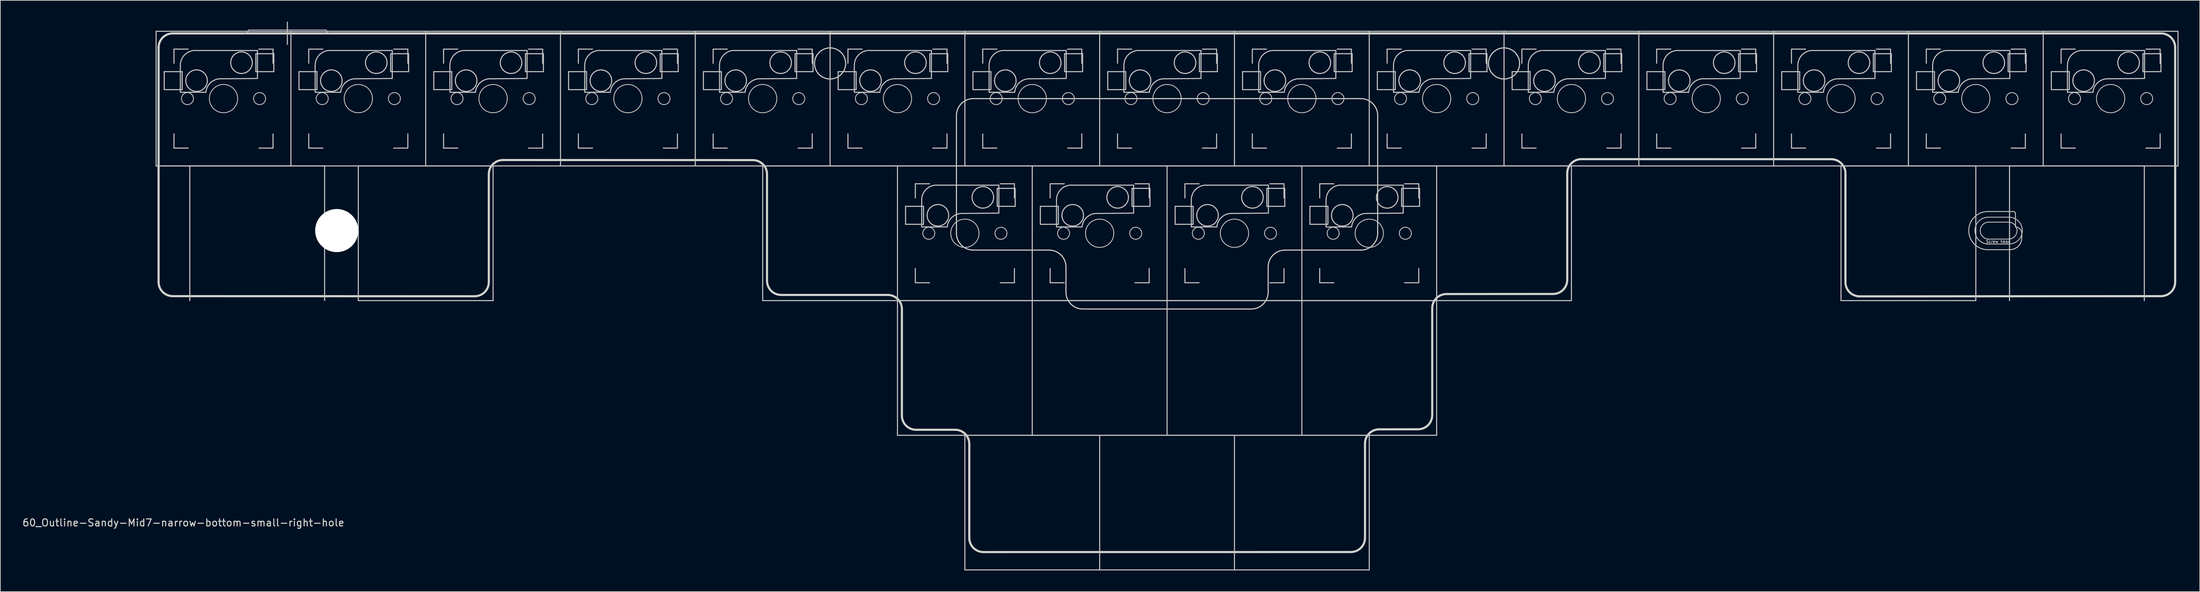
<source format=kicad_pcb>
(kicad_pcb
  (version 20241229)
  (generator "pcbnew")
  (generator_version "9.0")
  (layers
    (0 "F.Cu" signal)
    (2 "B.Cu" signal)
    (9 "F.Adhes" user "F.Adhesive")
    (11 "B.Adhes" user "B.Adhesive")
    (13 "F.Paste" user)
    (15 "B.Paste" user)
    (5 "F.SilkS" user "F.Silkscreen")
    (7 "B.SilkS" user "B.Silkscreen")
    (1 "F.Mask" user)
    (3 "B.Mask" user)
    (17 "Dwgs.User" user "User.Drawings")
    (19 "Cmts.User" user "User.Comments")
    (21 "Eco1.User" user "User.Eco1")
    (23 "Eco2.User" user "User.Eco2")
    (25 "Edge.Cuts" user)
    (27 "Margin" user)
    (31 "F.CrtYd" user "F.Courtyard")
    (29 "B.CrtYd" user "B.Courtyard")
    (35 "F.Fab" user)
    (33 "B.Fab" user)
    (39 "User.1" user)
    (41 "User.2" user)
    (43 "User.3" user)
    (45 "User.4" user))
  (footprint "60_Outline-Sandy-Mid7-narrow-bottom-small-right-hole"
    (layer "F.Cu")
    (at 161.888 39.475)
    (property "Reference" "60_Outline-Sandy-Mid7-narrow-bottom-small-right-hole" (at -139.025 31.425 0) (layer "Edge.Cuts") (effects (font (size 1 1) (thickness 0.15))))
    (attr through_hole)
    (fp_line (start -142.875 -38.1) (end -123.825 -38.1) (stroke (width 0.15) (type solid)) (layer "Dwgs.User"))
    (fp_line (start -142.875 -19.05) (end -142.875 -38.1) (stroke (width 0.15) (type solid)) (layer "Dwgs.User"))
    (fp_line (start -141.732 -32.385) (end -141.732 -29.845) (stroke (width 0.15) (type solid)) (layer "Dwgs.User"))
    (fp_line (start -141.732 -29.845) (end -139.192 -29.845) (stroke (width 0.15) (type solid)) (layer "Dwgs.User"))
    (fp_line (start -140.35 -35.575) (end -140.35 -33.575) (stroke (width 0.15) (type solid)) (layer "Dwgs.User"))
    (fp_line (start -140.35 -23.575) (end -140.35 -21.575) (stroke (width 0.15) (type solid)) (layer "Dwgs.User"))
    (fp_line (start -140.35 -21.575) (end -138.35 -21.575) (stroke (width 0.15) (type solid)) (layer "Dwgs.User"))
    (fp_line (start -139.45 -33.425) (end -139.45 -29.48) (stroke (width 0.15) (type solid)) (layer "Dwgs.User"))
    (fp_line (start -139.45 -29.471) (end -135.84 -29.471) (stroke (width 0.15) (type solid)) (layer "Dwgs.User"))
    (fp_line (start -139.192 -32.385) (end -141.732 -32.385) (stroke (width 0.15) (type solid)) (layer "Dwgs.User"))
    (fp_line (start -139.192 -29.845) (end -139.192 -32.385) (stroke (width 0.15) (type solid)) (layer "Dwgs.User"))
    (fp_line (start -138.35 -35.575) (end -140.35 -35.575) (stroke (width 0.15) (type solid)) (layer "Dwgs.User"))
    (fp_line (start -138.113 -19.05) (end -119.062 -19.05) (stroke (width 0.15) (type solid)) (layer "Dwgs.User"))
    (fp_line (start -138.113 0) (end -138.113 -19.05) (stroke (width 0.15) (type solid)) (layer "Dwgs.User"))
    (fp_line (start -129.825 -38.3) (end -118.825 -38.3) (stroke (width 0.1) (type solid)) (layer "Dwgs.User"))
    (fp_line (start -128.778 -34.925) (end -126.238 -34.925) (stroke (width 0.15) (type solid)) (layer "Dwgs.User"))
    (fp_line (start -128.778 -32.385) (end -128.778 -34.925) (stroke (width 0.15) (type solid)) (layer "Dwgs.User"))
    (fp_line (start -128.55 -35.379) (end -137.175 -35.379) (stroke (width 0.15) (type solid)) (layer "Dwgs.User"))
    (fp_line (start -128.55 -31.471) (end -128.55 -35.379) (stroke (width 0.15) (type solid)) (layer "Dwgs.User"))
    (fp_line (start -128.55 -31.425) (end -133.6 -31.379) (stroke (width 0.15) (type solid)) (layer "Dwgs.User"))
    (fp_line (start -128.35 -35.575) (end -126.35 -35.575) (stroke (width 0.15) (type solid)) (layer "Dwgs.User"))
    (fp_line (start -128.35 -21.575) (end -126.35 -21.575) (stroke (width 0.15) (type solid)) (layer "Dwgs.User"))
    (fp_line (start -126.35 -35.575) (end -126.35 -33.575) (stroke (width 0.15) (type solid)) (layer "Dwgs.User"))
    (fp_line (start -126.35 -21.575) (end -126.35 -23.575) (stroke (width 0.15) (type solid)) (layer "Dwgs.User"))
    (fp_line (start -126.238 -34.925) (end -126.238 -32.385) (stroke (width 0.15) (type solid)) (layer "Dwgs.User"))
    (fp_line (start -126.238 -32.385) (end -128.778 -32.385) (stroke (width 0.15) (type solid)) (layer "Dwgs.User"))
    (fp_line (start -124.325 -39.4) (end -124.325 -36.25) (stroke (width 0.15) (type solid)) (layer "Dwgs.User"))
    (fp_line (start -123.825 -38.1) (end -123.825 -19.05) (stroke (width 0.15) (type solid)) (layer "Dwgs.User"))
    (fp_line (start -123.825 -38.1) (end -104.775 -38.1) (stroke (width 0.15) (type solid)) (layer "Dwgs.User"))
    (fp_line (start -123.825 -19.05) (end -142.875 -19.05) (stroke (width 0.15) (type solid)) (layer "Dwgs.User"))
    (fp_line (start -123.825 -19.05) (end -142.875 -19.05) (stroke (width 0.15) (type solid)) (layer "Dwgs.User"))
    (fp_line (start -122.682 -32.385) (end -122.682 -29.845) (stroke (width 0.15) (type solid)) (layer "Dwgs.User"))
    (fp_line (start -122.682 -29.845) (end -120.142 -29.845) (stroke (width 0.15) (type solid)) (layer "Dwgs.User"))
    (fp_line (start -121.3 -35.575) (end -121.3 -33.575) (stroke (width 0.15) (type solid)) (layer "Dwgs.User"))
    (fp_line (start -121.3 -23.575) (end -121.3 -21.575) (stroke (width 0.15) (type solid)) (layer "Dwgs.User"))
    (fp_line (start -121.3 -21.575) (end -119.3 -21.575) (stroke (width 0.15) (type solid)) (layer "Dwgs.User"))
    (fp_line (start -120.4 -33.425) (end -120.4 -29.48) (stroke (width 0.15) (type solid)) (layer "Dwgs.User"))
    (fp_line (start -120.4 -29.471) (end -116.79 -29.471) (stroke (width 0.15) (type solid)) (layer "Dwgs.User"))
    (fp_line (start -120.142 -32.385) (end -122.682 -32.385) (stroke (width 0.15) (type solid)) (layer "Dwgs.User"))
    (fp_line (start -120.142 -29.845) (end -120.142 -32.385) (stroke (width 0.15) (type solid)) (layer "Dwgs.User"))
    (fp_line (start -119.3 -35.575) (end -121.3 -35.575) (stroke (width 0.15) (type solid)) (layer "Dwgs.User"))
    (fp_line (start -119.062 -19.05) (end -119.062 0) (stroke (width 0.15) (type solid)) (layer "Dwgs.User"))
    (fp_line (start -114.3 -19.05) (end -95.25 -19.05) (stroke (width 0.15) (type solid)) (layer "Dwgs.User"))
    (fp_line (start -114.3 0) (end -114.3 -19.05) (stroke (width 0.15) (type solid)) (layer "Dwgs.User"))
    (fp_line (start -109.728 -34.925) (end -107.188 -34.925) (stroke (width 0.15) (type solid)) (layer "Dwgs.User"))
    (fp_line (start -109.728 -32.385) (end -109.728 -34.925) (stroke (width 0.15) (type solid)) (layer "Dwgs.User"))
    (fp_line (start -109.5 -35.379) (end -118.125 -35.379) (stroke (width 0.15) (type solid)) (layer "Dwgs.User"))
    (fp_line (start -109.5 -31.471) (end -109.5 -35.379) (stroke (width 0.15) (type solid)) (layer "Dwgs.User"))
    (fp_line (start -109.5 -31.425) (end -114.55 -31.379) (stroke (width 0.15) (type solid)) (layer "Dwgs.User"))
    (fp_line (start -109.3 -35.575) (end -107.3 -35.575) (stroke (width 0.15) (type solid)) (layer "Dwgs.User"))
    (fp_line (start -109.3 -21.575) (end -107.3 -21.575) (stroke (width 0.15) (type solid)) (layer "Dwgs.User"))
    (fp_line (start -107.3 -35.575) (end -107.3 -33.575) (stroke (width 0.15) (type solid)) (layer "Dwgs.User"))
    (fp_line (start -107.3 -21.575) (end -107.3 -23.575) (stroke (width 0.15) (type solid)) (layer "Dwgs.User"))
    (fp_line (start -107.188 -34.925) (end -107.188 -32.385) (stroke (width 0.15) (type solid)) (layer "Dwgs.User"))
    (fp_line (start -107.188 -32.385) (end -109.728 -32.385) (stroke (width 0.15) (type solid)) (layer "Dwgs.User"))
    (fp_line (start -104.775 -38.1) (end -85.725 -38.1) (stroke (width 0.15) (type solid)) (layer "Dwgs.User"))
    (fp_line (start -104.775 -19.05) (end -123.825 -19.05) (stroke (width 0.15) (type solid)) (layer "Dwgs.User"))
    (fp_line (start -104.775 -19.05) (end -104.775 -38.1) (stroke (width 0.15) (type solid)) (layer "Dwgs.User"))
    (fp_line (start -103.632 -32.385) (end -103.632 -29.845) (stroke (width 0.15) (type solid)) (layer "Dwgs.User"))
    (fp_line (start -103.632 -29.845) (end -101.092 -29.845) (stroke (width 0.15) (type solid)) (layer "Dwgs.User"))
    (fp_line (start -102.25 -35.575) (end -102.25 -33.575) (stroke (width 0.15) (type solid)) (layer "Dwgs.User"))
    (fp_line (start -102.25 -23.575) (end -102.25 -21.575) (stroke (width 0.15) (type solid)) (layer "Dwgs.User"))
    (fp_line (start -102.25 -21.575) (end -100.25 -21.575) (stroke (width 0.15) (type solid)) (layer "Dwgs.User"))
    (fp_line (start -101.35 -33.425) (end -101.35 -29.48) (stroke (width 0.15) (type solid)) (layer "Dwgs.User"))
    (fp_line (start -101.35 -29.471) (end -97.74 -29.471) (stroke (width 0.15) (type solid)) (layer "Dwgs.User"))
    (fp_line (start -101.092 -32.385) (end -103.632 -32.385) (stroke (width 0.15) (type solid)) (layer "Dwgs.User"))
    (fp_line (start -101.092 -29.845) (end -101.092 -32.385) (stroke (width 0.15) (type solid)) (layer "Dwgs.User"))
    (fp_line (start -100.25 -35.575) (end -102.25 -35.575) (stroke (width 0.15) (type solid)) (layer "Dwgs.User"))
    (fp_line (start -95.25 -19.05) (end -95.25 0) (stroke (width 0.15) (type solid)) (layer "Dwgs.User"))
    (fp_line (start -95.25 0) (end -114.3 0) (stroke (width 0.15) (type solid)) (layer "Dwgs.User"))
    (fp_line (start -90.678 -34.925) (end -88.138 -34.925) (stroke (width 0.15) (type solid)) (layer "Dwgs.User"))
    (fp_line (start -90.678 -32.385) (end -90.678 -34.925) (stroke (width 0.15) (type solid)) (layer "Dwgs.User"))
    (fp_line (start -90.45 -35.379) (end -99.075 -35.379) (stroke (width 0.15) (type solid)) (layer "Dwgs.User"))
    (fp_line (start -90.45 -31.471) (end -90.45 -35.379) (stroke (width 0.15) (type solid)) (layer "Dwgs.User"))
    (fp_line (start -90.45 -31.425) (end -95.5 -31.379) (stroke (width 0.15) (type solid)) (layer "Dwgs.User"))
    (fp_line (start -90.25 -35.575) (end -88.25 -35.575) (stroke (width 0.15) (type solid)) (layer "Dwgs.User"))
    (fp_line (start -90.25 -21.575) (end -88.25 -21.575) (stroke (width 0.15) (type solid)) (layer "Dwgs.User"))
    (fp_line (start -88.25 -35.575) (end -88.25 -33.575) (stroke (width 0.15) (type solid)) (layer "Dwgs.User"))
    (fp_line (start -88.25 -21.575) (end -88.25 -23.575) (stroke (width 0.15) (type solid)) (layer "Dwgs.User"))
    (fp_line (start -88.138 -34.925) (end -88.138 -32.385) (stroke (width 0.15) (type solid)) (layer "Dwgs.User"))
    (fp_line (start -88.138 -32.385) (end -90.678 -32.385) (stroke (width 0.15) (type solid)) (layer "Dwgs.User"))
    (fp_line (start -85.725 -38.1) (end -85.725 -19.05) (stroke (width 0.15) (type solid)) (layer "Dwgs.User"))
    (fp_line (start -85.725 -38.1) (end -66.675 -38.1) (stroke (width 0.15) (type solid)) (layer "Dwgs.User"))
    (fp_line (start -85.725 -19.05) (end -104.775 -19.05) (stroke (width 0.15) (type solid)) (layer "Dwgs.User"))
    (fp_line (start -84.582 -32.385) (end -84.582 -29.845) (stroke (width 0.15) (type solid)) (layer "Dwgs.User"))
    (fp_line (start -84.582 -29.845) (end -82.042 -29.845) (stroke (width 0.15) (type solid)) (layer "Dwgs.User"))
    (fp_line (start -83.2 -35.575) (end -83.2 -33.575) (stroke (width 0.15) (type solid)) (layer "Dwgs.User"))
    (fp_line (start -83.2 -23.575) (end -83.2 -21.575) (stroke (width 0.15) (type solid)) (layer "Dwgs.User"))
    (fp_line (start -83.2 -21.575) (end -81.2 -21.575) (stroke (width 0.15) (type solid)) (layer "Dwgs.User"))
    (fp_line (start -82.3 -33.425) (end -82.3 -29.48) (stroke (width 0.15) (type solid)) (layer "Dwgs.User"))
    (fp_line (start -82.3 -29.471) (end -78.69 -29.471) (stroke (width 0.15) (type solid)) (layer "Dwgs.User"))
    (fp_line (start -82.042 -32.385) (end -84.582 -32.385) (stroke (width 0.15) (type solid)) (layer "Dwgs.User"))
    (fp_line (start -82.042 -29.845) (end -82.042 -32.385) (stroke (width 0.15) (type solid)) (layer "Dwgs.User"))
    (fp_line (start -81.2 -35.575) (end -83.2 -35.575) (stroke (width 0.15) (type solid)) (layer "Dwgs.User"))
    (fp_line (start -71.628 -34.925) (end -69.088 -34.925) (stroke (width 0.15) (type solid)) (layer "Dwgs.User"))
    (fp_line (start -71.628 -32.385) (end -71.628 -34.925) (stroke (width 0.15) (type solid)) (layer "Dwgs.User"))
    (fp_line (start -71.4 -35.379) (end -80.025 -35.379) (stroke (width 0.15) (type solid)) (layer "Dwgs.User"))
    (fp_line (start -71.4 -31.471) (end -71.4 -35.379) (stroke (width 0.15) (type solid)) (layer "Dwgs.User"))
    (fp_line (start -71.4 -31.425) (end -76.45 -31.379) (stroke (width 0.15) (type solid)) (layer "Dwgs.User"))
    (fp_line (start -71.2 -35.575) (end -69.2 -35.575) (stroke (width 0.15) (type solid)) (layer "Dwgs.User"))
    (fp_line (start -71.2 -21.575) (end -69.2 -21.575) (stroke (width 0.15) (type solid)) (layer "Dwgs.User"))
    (fp_line (start -69.2 -35.575) (end -69.2 -33.575) (stroke (width 0.15) (type solid)) (layer "Dwgs.User"))
    (fp_line (start -69.2 -21.575) (end -69.2 -23.575) (stroke (width 0.15) (type solid)) (layer "Dwgs.User"))
    (fp_line (start -69.088 -34.925) (end -69.088 -32.385) (stroke (width 0.15) (type solid)) (layer "Dwgs.User"))
    (fp_line (start -69.088 -32.385) (end -71.628 -32.385) (stroke (width 0.15) (type solid)) (layer "Dwgs.User"))
    (fp_line (start -66.675 -38.1) (end -66.675 -19.05) (stroke (width 0.15) (type solid)) (layer "Dwgs.User"))
    (fp_line (start -66.675 -38.1) (end -47.625 -38.1) (stroke (width 0.15) (type solid)) (layer "Dwgs.User"))
    (fp_line (start -66.675 -19.05) (end -85.725 -19.05) (stroke (width 0.15) (type solid)) (layer "Dwgs.User"))
    (fp_line (start -65.532 -32.385) (end -65.532 -29.845) (stroke (width 0.15) (type solid)) (layer "Dwgs.User"))
    (fp_line (start -65.532 -29.845) (end -62.992 -29.845) (stroke (width 0.15) (type solid)) (layer "Dwgs.User"))
    (fp_line (start -64.15 -35.575) (end -64.15 -33.575) (stroke (width 0.15) (type solid)) (layer "Dwgs.User"))
    (fp_line (start -64.15 -23.575) (end -64.15 -21.575) (stroke (width 0.15) (type solid)) (layer "Dwgs.User"))
    (fp_line (start -64.15 -21.575) (end -62.15 -21.575) (stroke (width 0.15) (type solid)) (layer "Dwgs.User"))
    (fp_line (start -63.25 -33.425) (end -63.25 -29.48) (stroke (width 0.15) (type solid)) (layer "Dwgs.User"))
    (fp_line (start -63.25 -29.471) (end -59.64 -29.471) (stroke (width 0.15) (type solid)) (layer "Dwgs.User"))
    (fp_line (start -62.992 -32.385) (end -65.532 -32.385) (stroke (width 0.15) (type solid)) (layer "Dwgs.User"))
    (fp_line (start -62.992 -29.845) (end -62.992 -32.385) (stroke (width 0.15) (type solid)) (layer "Dwgs.User"))
    (fp_line (start -62.15 -35.575) (end -64.15 -35.575) (stroke (width 0.15) (type solid)) (layer "Dwgs.User"))
    (fp_line (start -57.15 -19.05) (end -38.1 -19.05) (stroke (width 0.15) (type solid)) (layer "Dwgs.User"))
    (fp_line (start -57.15 0) (end -57.15 -19.05) (stroke (width 0.15) (type solid)) (layer "Dwgs.User"))
    (fp_line (start -52.578 -34.925) (end -50.038 -34.925) (stroke (width 0.15) (type solid)) (layer "Dwgs.User"))
    (fp_line (start -52.578 -32.385) (end -52.578 -34.925) (stroke (width 0.15) (type solid)) (layer "Dwgs.User"))
    (fp_line (start -52.35 -35.379) (end -60.975 -35.379) (stroke (width 0.15) (type solid)) (layer "Dwgs.User"))
    (fp_line (start -52.35 -31.471) (end -52.35 -35.379) (stroke (width 0.15) (type solid)) (layer "Dwgs.User"))
    (fp_line (start -52.35 -31.425) (end -57.4 -31.379) (stroke (width 0.15) (type solid)) (layer "Dwgs.User"))
    (fp_line (start -52.15 -35.575) (end -50.15 -35.575) (stroke (width 0.15) (type solid)) (layer "Dwgs.User"))
    (fp_line (start -52.15 -21.575) (end -50.15 -21.575) (stroke (width 0.15) (type solid)) (layer "Dwgs.User"))
    (fp_line (start -50.15 -35.575) (end -50.15 -33.575) (stroke (width 0.15) (type solid)) (layer "Dwgs.User"))
    (fp_line (start -50.15 -21.575) (end -50.15 -23.575) (stroke (width 0.15) (type solid)) (layer "Dwgs.User"))
    (fp_line (start -50.038 -34.925) (end -50.038 -32.385) (stroke (width 0.15) (type solid)) (layer "Dwgs.User"))
    (fp_line (start -50.038 -32.385) (end -52.578 -32.385) (stroke (width 0.15) (type solid)) (layer "Dwgs.User"))
    (fp_line (start -47.625 -38.1) (end -28.575 -38.1) (stroke (width 0.15) (type solid)) (layer "Dwgs.User"))
    (fp_line (start -47.625 -19.05) (end -66.675 -19.05) (stroke (width 0.15) (type solid)) (layer "Dwgs.User"))
    (fp_line (start -47.625 -19.05) (end -47.625 -38.1) (stroke (width 0.15) (type solid)) (layer "Dwgs.User"))
    (fp_line (start -46.482 -32.385) (end -46.482 -29.845) (stroke (width 0.15) (type solid)) (layer "Dwgs.User"))
    (fp_line (start -46.482 -29.845) (end -43.942 -29.845) (stroke (width 0.15) (type solid)) (layer "Dwgs.User"))
    (fp_line (start -45.1 -35.575) (end -45.1 -33.575) (stroke (width 0.15) (type solid)) (layer "Dwgs.User"))
    (fp_line (start -45.1 -23.575) (end -45.1 -21.575) (stroke (width 0.15) (type solid)) (layer "Dwgs.User"))
    (fp_line (start -45.1 -21.575) (end -43.1 -21.575) (stroke (width 0.15) (type solid)) (layer "Dwgs.User"))
    (fp_line (start -44.2 -33.425) (end -44.2 -29.48) (stroke (width 0.15) (type solid)) (layer "Dwgs.User"))
    (fp_line (start -44.2 -29.471) (end -40.59 -29.471) (stroke (width 0.15) (type solid)) (layer "Dwgs.User"))
    (fp_line (start -43.942 -32.385) (end -46.482 -32.385) (stroke (width 0.15) (type solid)) (layer "Dwgs.User"))
    (fp_line (start -43.942 -29.845) (end -43.942 -32.385) (stroke (width 0.15) (type solid)) (layer "Dwgs.User"))
    (fp_line (start -43.1 -35.575) (end -45.1 -35.575) (stroke (width 0.15) (type solid)) (layer "Dwgs.User"))
    (fp_line (start -38.1 -19.05) (end -19.05 -19.05) (stroke (width 0.15) (type solid)) (layer "Dwgs.User"))
    (fp_line (start -38.1 0) (end -57.15 0) (stroke (width 0.15) (type solid)) (layer "Dwgs.User"))
    (fp_line (start -38.1 0) (end -38.1 -19.05) (stroke (width 0.15) (type solid)) (layer "Dwgs.User"))
    (fp_line (start -38.1 0) (end -19.05 0) (stroke (width 0.15) (type solid)) (layer "Dwgs.User"))
    (fp_line (start -38.1 19.05) (end -38.1 0) (stroke (width 0.15) (type solid)) (layer "Dwgs.User"))
    (fp_line (start -36.957 -13.335) (end -36.957 -10.795) (stroke (width 0.15) (type solid)) (layer "Dwgs.User"))
    (fp_line (start -36.957 -10.795) (end -34.417 -10.795) (stroke (width 0.15) (type solid)) (layer "Dwgs.User"))
    (fp_line (start -35.575 -16.525) (end -35.575 -14.525) (stroke (width 0.15) (type solid)) (layer "Dwgs.User"))
    (fp_line (start -35.575 -4.525) (end -35.575 -2.525) (stroke (width 0.15) (type solid)) (layer "Dwgs.User"))
    (fp_line (start -35.575 -2.525) (end -33.575 -2.525) (stroke (width 0.15) (type solid)) (layer "Dwgs.User"))
    (fp_line (start -34.675 -14.375) (end -34.675 -10.43) (stroke (width 0.15) (type solid)) (layer "Dwgs.User"))
    (fp_line (start -34.675 -10.421) (end -31.065 -10.421) (stroke (width 0.15) (type solid)) (layer "Dwgs.User"))
    (fp_line (start -34.417 -13.335) (end -36.957 -13.335) (stroke (width 0.15) (type solid)) (layer "Dwgs.User"))
    (fp_line (start -34.417 -10.795) (end -34.417 -13.335) (stroke (width 0.15) (type solid)) (layer "Dwgs.User"))
    (fp_line (start -33.575 -16.525) (end -35.575 -16.525) (stroke (width 0.15) (type solid)) (layer "Dwgs.User"))
    (fp_line (start -33.528 -34.925) (end -30.988 -34.925) (stroke (width 0.15) (type solid)) (layer "Dwgs.User"))
    (fp_line (start -33.528 -32.385) (end -33.528 -34.925) (stroke (width 0.15) (type solid)) (layer "Dwgs.User"))
    (fp_line (start -33.3 -35.379) (end -41.925 -35.379) (stroke (width 0.15) (type solid)) (layer "Dwgs.User"))
    (fp_line (start -33.3 -31.471) (end -33.3 -35.379) (stroke (width 0.15) (type solid)) (layer "Dwgs.User"))
    (fp_line (start -33.3 -31.425) (end -38.35 -31.379) (stroke (width 0.15) (type solid)) (layer "Dwgs.User"))
    (fp_line (start -33.1 -35.575) (end -31.1 -35.575) (stroke (width 0.15) (type solid)) (layer "Dwgs.User"))
    (fp_line (start -33.1 -21.575) (end -31.1 -21.575) (stroke (width 0.15) (type solid)) (layer "Dwgs.User"))
    (fp_line (start -31.1 -35.575) (end -31.1 -33.575) (stroke (width 0.15) (type solid)) (layer "Dwgs.User"))
    (fp_line (start -31.1 -21.575) (end -31.1 -23.575) (stroke (width 0.15) (type solid)) (layer "Dwgs.User"))
    (fp_line (start -30.988 -34.925) (end -30.988 -32.385) (stroke (width 0.15) (type solid)) (layer "Dwgs.User"))
    (fp_line (start -30.988 -32.385) (end -33.528 -32.385) (stroke (width 0.15) (type solid)) (layer "Dwgs.User"))
    (fp_line (start -28.575 -38.1) (end -9.525 -38.1) (stroke (width 0.15) (type solid)) (layer "Dwgs.User"))
    (fp_line (start -28.575 -19.05) (end -47.625 -19.05) (stroke (width 0.15) (type solid)) (layer "Dwgs.User"))
    (fp_line (start -28.575 -19.05) (end -28.575 -38.1) (stroke (width 0.15) (type solid)) (layer "Dwgs.User"))
    (fp_line (start -28.575 19.05) (end -9.525 19.05) (stroke (width 0.15) (type solid)) (layer "Dwgs.User"))
    (fp_line (start -28.575 38.1) (end -28.575 19.05) (stroke (width 0.15) (type solid)) (layer "Dwgs.User"))
    (fp_line (start -27.432 -32.385) (end -27.432 -29.845) (stroke (width 0.15) (type solid)) (layer "Dwgs.User"))
    (fp_line (start -27.432 -29.845) (end -24.892 -29.845) (stroke (width 0.15) (type solid)) (layer "Dwgs.User"))
    (fp_line (start -26.05 -35.575) (end -26.05 -33.575) (stroke (width 0.15) (type solid)) (layer "Dwgs.User"))
    (fp_line (start -26.05 -23.575) (end -26.05 -21.575) (stroke (width 0.15) (type solid)) (layer "Dwgs.User"))
    (fp_line (start -26.05 -21.575) (end -24.05 -21.575) (stroke (width 0.15) (type solid)) (layer "Dwgs.User"))
    (fp_line (start -25.15 -33.425) (end -25.15 -29.48) (stroke (width 0.15) (type solid)) (layer "Dwgs.User"))
    (fp_line (start -25.15 -29.471) (end -21.54 -29.471) (stroke (width 0.15) (type solid)) (layer "Dwgs.User"))
    (fp_line (start -24.892 -32.385) (end -27.432 -32.385) (stroke (width 0.15) (type solid)) (layer "Dwgs.User"))
    (fp_line (start -24.892 -29.845) (end -24.892 -32.385) (stroke (width 0.15) (type solid)) (layer "Dwgs.User"))
    (fp_line (start -24.05 -35.575) (end -26.05 -35.575) (stroke (width 0.15) (type solid)) (layer "Dwgs.User"))
    (fp_line (start -24.003 -15.875) (end -21.463 -15.875) (stroke (width 0.15) (type solid)) (layer "Dwgs.User"))
    (fp_line (start -24.003 -13.335) (end -24.003 -15.875) (stroke (width 0.15) (type solid)) (layer "Dwgs.User"))
    (fp_line (start -23.775 -16.329) (end -32.4 -16.329) (stroke (width 0.15) (type solid)) (layer "Dwgs.User"))
    (fp_line (start -23.775 -12.421) (end -23.775 -16.329) (stroke (width 0.15) (type solid)) (layer "Dwgs.User"))
    (fp_line (start -23.775 -12.375) (end -28.825 -12.329) (stroke (width 0.15) (type solid)) (layer "Dwgs.User"))
    (fp_line (start -23.575 -16.525) (end -21.575 -16.525) (stroke (width 0.15) (type solid)) (layer "Dwgs.User"))
    (fp_line (start -23.575 -2.525) (end -21.575 -2.525) (stroke (width 0.15) (type solid)) (layer "Dwgs.User"))
    (fp_line (start -21.575 -16.525) (end -21.575 -14.525) (stroke (width 0.15) (type solid)) (layer "Dwgs.User"))
    (fp_line (start -21.575 -2.525) (end -21.575 -4.525) (stroke (width 0.15) (type solid)) (layer "Dwgs.User"))
    (fp_line (start -21.463 -15.875) (end -21.463 -13.335) (stroke (width 0.15) (type solid)) (layer "Dwgs.User"))
    (fp_line (start -21.463 -13.335) (end -24.003 -13.335) (stroke (width 0.15) (type solid)) (layer "Dwgs.User"))
    (fp_line (start -19.05 -19.05) (end -19.05 0) (stroke (width 0.15) (type solid)) (layer "Dwgs.User"))
    (fp_line (start -19.05 -19.05) (end 0 -19.05) (stroke (width 0.15) (type solid)) (layer "Dwgs.User"))
    (fp_line (start -19.05 0) (end -38.1 0) (stroke (width 0.15) (type solid)) (layer "Dwgs.User"))
    (fp_line (start -19.05 0) (end 0 0) (stroke (width 0.15) (type solid)) (layer "Dwgs.User"))
    (fp_line (start -19.05 19.05) (end -38.1 19.05) (stroke (width 0.15) (type solid)) (layer "Dwgs.User"))
    (fp_line (start -19.05 19.05) (end -19.05 0) (stroke (width 0.15) (type solid)) (layer "Dwgs.User"))
    (fp_line (start -17.907 -13.335) (end -17.907 -10.795) (stroke (width 0.15) (type solid)) (layer "Dwgs.User"))
    (fp_line (start -17.907 -10.795) (end -15.367 -10.795) (stroke (width 0.15) (type solid)) (layer "Dwgs.User"))
    (fp_line (start -16.525 -16.525) (end -16.525 -14.525) (stroke (width 0.15) (type solid)) (layer "Dwgs.User"))
    (fp_line (start -16.525 -4.525) (end -16.525 -2.525) (stroke (width 0.15) (type solid)) (layer "Dwgs.User"))
    (fp_line (start -16.525 -2.525) (end -14.525 -2.525) (stroke (width 0.15) (type solid)) (layer "Dwgs.User"))
    (fp_line (start -15.625 -14.375) (end -15.625 -10.43) (stroke (width 0.15) (type solid)) (layer "Dwgs.User"))
    (fp_line (start -15.625 -10.421) (end -12.015 -10.421) (stroke (width 0.15) (type solid)) (layer "Dwgs.User"))
    (fp_line (start -15.367 -13.335) (end -17.907 -13.335) (stroke (width 0.15) (type solid)) (layer "Dwgs.User"))
    (fp_line (start -15.367 -10.795) (end -15.367 -13.335) (stroke (width 0.15) (type solid)) (layer "Dwgs.User"))
    (fp_line (start -14.525 -16.525) (end -16.525 -16.525) (stroke (width 0.15) (type solid)) (layer "Dwgs.User"))
    (fp_line (start -14.478 -34.925) (end -11.938 -34.925) (stroke (width 0.15) (type solid)) (layer "Dwgs.User"))
    (fp_line (start -14.478 -32.385) (end -14.478 -34.925) (stroke (width 0.15) (type solid)) (layer "Dwgs.User"))
    (fp_line (start -14.25 -35.379) (end -22.875 -35.379) (stroke (width 0.15) (type solid)) (layer "Dwgs.User"))
    (fp_line (start -14.25 -31.471) (end -14.25 -35.379) (stroke (width 0.15) (type solid)) (layer "Dwgs.User"))
    (fp_line (start -14.25 -31.425) (end -19.3 -31.379) (stroke (width 0.15) (type solid)) (layer "Dwgs.User"))
    (fp_line (start -14.05 -35.575) (end -12.05 -35.575) (stroke (width 0.15) (type solid)) (layer "Dwgs.User"))
    (fp_line (start -14.05 -21.575) (end -12.05 -21.575) (stroke (width 0.15) (type solid)) (layer "Dwgs.User"))
    (fp_line (start -12.05 -35.575) (end -12.05 -33.575) (stroke (width 0.15) (type solid)) (layer "Dwgs.User"))
    (fp_line (start -12.05 -21.575) (end -12.05 -23.575) (stroke (width 0.15) (type solid)) (layer "Dwgs.User"))
    (fp_line (start -11.938 -34.925) (end -11.938 -32.385) (stroke (width 0.15) (type solid)) (layer "Dwgs.User"))
    (fp_line (start -11.938 -32.385) (end -14.478 -32.385) (stroke (width 0.15) (type solid)) (layer "Dwgs.User"))
    (fp_line (start -9.525 -38.1) (end 9.525 -38.1) (stroke (width 0.15) (type solid)) (layer "Dwgs.User"))
    (fp_line (start -9.525 -19.05) (end -28.575 -19.05) (stroke (width 0.15) (type solid)) (layer "Dwgs.User"))
    (fp_line (start -9.525 -19.05) (end -9.525 -38.1) (stroke (width 0.15) (type solid)) (layer "Dwgs.User"))
    (fp_line (start -9.525 19.05) (end 9.525 19.05) (stroke (width 0.15) (type solid)) (layer "Dwgs.User"))
    (fp_line (start -9.525 38.1) (end -28.575 38.1) (stroke (width 0.15) (type solid)) (layer "Dwgs.User"))
    (fp_line (start -9.525 38.1) (end -9.525 19.05) (stroke (width 0.15) (type solid)) (layer "Dwgs.User"))
    (fp_line (start -8.382 -32.385) (end -8.382 -29.845) (stroke (width 0.15) (type solid)) (layer "Dwgs.User"))
    (fp_line (start -8.382 -29.845) (end -5.842 -29.845) (stroke (width 0.15) (type solid)) (layer "Dwgs.User"))
    (fp_line (start -7 -35.575) (end -7 -33.575) (stroke (width 0.15) (type solid)) (layer "Dwgs.User"))
    (fp_line (start -7 -23.575) (end -7 -21.575) (stroke (width 0.15) (type solid)) (layer "Dwgs.User"))
    (fp_line (start -7 -21.575) (end -5 -21.575) (stroke (width 0.15) (type solid)) (layer "Dwgs.User"))
    (fp_line (start -6.1 -33.425) (end -6.1 -29.48) (stroke (width 0.15) (type solid)) (layer "Dwgs.User"))
    (fp_line (start -6.1 -29.471) (end -2.49 -29.471) (stroke (width 0.15) (type solid)) (layer "Dwgs.User"))
    (fp_line (start -5.842 -32.385) (end -8.382 -32.385) (stroke (width 0.15) (type solid)) (layer "Dwgs.User"))
    (fp_line (start -5.842 -29.845) (end -5.842 -32.385) (stroke (width 0.15) (type solid)) (layer "Dwgs.User"))
    (fp_line (start -5 -35.575) (end -7 -35.575) (stroke (width 0.15) (type solid)) (layer "Dwgs.User"))
    (fp_line (start -4.953 -15.875) (end -2.413 -15.875) (stroke (width 0.15) (type solid)) (layer "Dwgs.User"))
    (fp_line (start -4.953 -13.335) (end -4.953 -15.875) (stroke (width 0.15) (type solid)) (layer "Dwgs.User"))
    (fp_line (start -4.725 -16.329) (end -13.35 -16.329) (stroke (width 0.15) (type solid)) (layer "Dwgs.User"))
    (fp_line (start -4.725 -12.421) (end -4.725 -16.329) (stroke (width 0.15) (type solid)) (layer "Dwgs.User"))
    (fp_line (start -4.725 -12.375) (end -9.775 -12.329) (stroke (width 0.15) (type solid)) (layer "Dwgs.User"))
    (fp_line (start -4.525 -16.525) (end -2.525 -16.525) (stroke (width 0.15) (type solid)) (layer "Dwgs.User"))
    (fp_line (start -4.525 -2.525) (end -2.525 -2.525) (stroke (width 0.15) (type solid)) (layer "Dwgs.User"))
    (fp_line (start -2.525 -16.525) (end -2.525 -14.525) (stroke (width 0.15) (type solid)) (layer "Dwgs.User"))
    (fp_line (start -2.525 -2.525) (end -2.525 -4.525) (stroke (width 0.15) (type solid)) (layer "Dwgs.User"))
    (fp_line (start -2.413 -15.875) (end -2.413 -13.335) (stroke (width 0.15) (type solid)) (layer "Dwgs.User"))
    (fp_line (start -2.413 -13.335) (end -4.953 -13.335) (stroke (width 0.15) (type solid)) (layer "Dwgs.User"))
    (fp_line (start 0 -19.05) (end 0 0) (stroke (width 0.15) (type solid)) (layer "Dwgs.User"))
    (fp_line (start 0 -19.05) (end 19.05 -19.05) (stroke (width 0.15) (type solid)) (layer "Dwgs.User"))
    (fp_line (start 0 0) (end -19.05 0) (stroke (width 0.15) (type solid)) (layer "Dwgs.User"))
    (fp_line (start 0 0) (end 19.05 0) (stroke (width 0.15) (type solid)) (layer "Dwgs.User"))
    (fp_line (start 0 19.05) (end -19.05 19.05) (stroke (width 0.15) (type solid)) (layer "Dwgs.User"))
    (fp_line (start 0 19.05) (end 0 0) (stroke (width 0.15) (type solid)) (layer "Dwgs.User"))
    (fp_line (start 1.143 -13.335) (end 1.143 -10.795) (stroke (width 0.15) (type solid)) (layer "Dwgs.User"))
    (fp_line (start 1.143 -10.795) (end 3.683 -10.795) (stroke (width 0.15) (type solid)) (layer "Dwgs.User"))
    (fp_line (start 2.525 -16.525) (end 2.525 -14.525) (stroke (width 0.15) (type solid)) (layer "Dwgs.User"))
    (fp_line (start 2.525 -4.525) (end 2.525 -2.525) (stroke (width 0.15) (type solid)) (layer "Dwgs.User"))
    (fp_line (start 2.525 -2.525) (end 4.525 -2.525) (stroke (width 0.15) (type solid)) (layer "Dwgs.User"))
    (fp_line (start 3.425 -14.375) (end 3.425 -10.43) (stroke (width 0.15) (type solid)) (layer "Dwgs.User"))
    (fp_line (start 3.425 -10.421) (end 7.035 -10.421) (stroke (width 0.15) (type solid)) (layer "Dwgs.User"))
    (fp_line (start 3.683 -13.335) (end 1.143 -13.335) (stroke (width 0.15) (type solid)) (layer "Dwgs.User"))
    (fp_line (start 3.683 -10.795) (end 3.683 -13.335) (stroke (width 0.15) (type solid)) (layer "Dwgs.User"))
    (fp_line (start 4.525 -16.525) (end 2.525 -16.525) (stroke (width 0.15) (type solid)) (layer "Dwgs.User"))
    (fp_line (start 4.572 -34.925) (end 7.112 -34.925) (stroke (width 0.15) (type solid)) (layer "Dwgs.User"))
    (fp_line (start 4.572 -32.385) (end 4.572 -34.925) (stroke (width 0.15) (type solid)) (layer "Dwgs.User"))
    (fp_line (start 4.8 -35.379) (end -3.825 -35.379) (stroke (width 0.15) (type solid)) (layer "Dwgs.User"))
    (fp_line (start 4.8 -31.471) (end 4.8 -35.379) (stroke (width 0.15) (type solid)) (layer "Dwgs.User"))
    (fp_line (start 4.8 -31.425) (end -0.25 -31.379) (stroke (width 0.15) (type solid)) (layer "Dwgs.User"))
    (fp_line (start 5 -35.575) (end 7 -35.575) (stroke (width 0.15) (type solid)) (layer "Dwgs.User"))
    (fp_line (start 5 -21.575) (end 7 -21.575) (stroke (width 0.15) (type solid)) (layer "Dwgs.User"))
    (fp_line (start 7 -35.575) (end 7 -33.575) (stroke (width 0.15) (type solid)) (layer "Dwgs.User"))
    (fp_line (start 7 -21.575) (end 7 -23.575) (stroke (width 0.15) (type solid)) (layer "Dwgs.User"))
    (fp_line (start 7.112 -34.925) (end 7.112 -32.385) (stroke (width 0.15) (type solid)) (layer "Dwgs.User"))
    (fp_line (start 7.112 -32.385) (end 4.572 -32.385) (stroke (width 0.15) (type solid)) (layer "Dwgs.User"))
    (fp_line (start 9.525 -38.1) (end 28.575 -38.1) (stroke (width 0.15) (type solid)) (layer "Dwgs.User"))
    (fp_line (start 9.525 -19.05) (end -9.525 -19.05) (stroke (width 0.15) (type solid)) (layer "Dwgs.User"))
    (fp_line (start 9.525 -19.05) (end 9.525 -38.1) (stroke (width 0.15) (type solid)) (layer "Dwgs.User"))
    (fp_line (start 9.525 19.05) (end 28.575 19.05) (stroke (width 0.15) (type solid)) (layer "Dwgs.User"))
    (fp_line (start 9.525 38.1) (end -9.525 38.1) (stroke (width 0.15) (type solid)) (layer "Dwgs.User"))
    (fp_line (start 9.525 38.1) (end 9.525 19.05) (stroke (width 0.15) (type solid)) (layer "Dwgs.User"))
    (fp_line (start 10.668 -32.385) (end 10.668 -29.845) (stroke (width 0.15) (type solid)) (layer "Dwgs.User"))
    (fp_line (start 10.668 -29.845) (end 13.208 -29.845) (stroke (width 0.15) (type solid)) (layer "Dwgs.User"))
    (fp_line (start 12.05 -35.575) (end 12.05 -33.575) (stroke (width 0.15) (type solid)) (layer "Dwgs.User"))
    (fp_line (start 12.05 -23.575) (end 12.05 -21.575) (stroke (width 0.15) (type solid)) (layer "Dwgs.User"))
    (fp_line (start 12.05 -21.575) (end 14.05 -21.575) (stroke (width 0.15) (type solid)) (layer "Dwgs.User"))
    (fp_line (start 12.95 -33.425) (end 12.95 -29.48) (stroke (width 0.15) (type solid)) (layer "Dwgs.User"))
    (fp_line (start 12.95 -29.471) (end 16.56 -29.471) (stroke (width 0.15) (type solid)) (layer "Dwgs.User"))
    (fp_line (start 13.208 -32.385) (end 10.668 -32.385) (stroke (width 0.15) (type solid)) (layer "Dwgs.User"))
    (fp_line (start 13.208 -29.845) (end 13.208 -32.385) (stroke (width 0.15) (type solid)) (layer "Dwgs.User"))
    (fp_line (start 14.05 -35.575) (end 12.05 -35.575) (stroke (width 0.15) (type solid)) (layer "Dwgs.User"))
    (fp_line (start 14.097 -15.875) (end 16.637 -15.875) (stroke (width 0.15) (type solid)) (layer "Dwgs.User"))
    (fp_line (start 14.097 -13.335) (end 14.097 -15.875) (stroke (width 0.15) (type solid)) (layer "Dwgs.User"))
    (fp_line (start 14.325 -16.329) (end 5.7 -16.329) (stroke (width 0.15) (type solid)) (layer "Dwgs.User"))
    (fp_line (start 14.325 -12.421) (end 14.325 -16.329) (stroke (width 0.15) (type solid)) (layer "Dwgs.User"))
    (fp_line (start 14.325 -12.375) (end 9.275 -12.329) (stroke (width 0.15) (type solid)) (layer "Dwgs.User"))
    (fp_line (start 14.525 -16.525) (end 16.525 -16.525) (stroke (width 0.15) (type solid)) (layer "Dwgs.User"))
    (fp_line (start 14.525 -2.525) (end 16.525 -2.525) (stroke (width 0.15) (type solid)) (layer "Dwgs.User"))
    (fp_line (start 16.525 -16.525) (end 16.525 -14.525) (stroke (width 0.15) (type solid)) (layer "Dwgs.User"))
    (fp_line (start 16.525 -2.525) (end 16.525 -4.525) (stroke (width 0.15) (type solid)) (layer "Dwgs.User"))
    (fp_line (start 16.637 -15.875) (end 16.637 -13.335) (stroke (width 0.15) (type solid)) (layer "Dwgs.User"))
    (fp_line (start 16.637 -13.335) (end 14.097 -13.335) (stroke (width 0.15) (type solid)) (layer "Dwgs.User"))
    (fp_line (start 19.05 -19.05) (end 38.1 -19.05) (stroke (width 0.15) (type solid)) (layer "Dwgs.User"))
    (fp_line (start 19.05 0) (end 0 0) (stroke (width 0.15) (type solid)) (layer "Dwgs.User"))
    (fp_line (start 19.05 0) (end 19.05 -19.05) (stroke (width 0.15) (type solid)) (layer "Dwgs.User"))
    (fp_line (start 19.05 0) (end 38.1 0) (stroke (width 0.15) (type solid)) (layer "Dwgs.User"))
    (fp_line (start 19.05 19.05) (end 0 19.05) (stroke (width 0.15) (type solid)) (layer "Dwgs.User"))
    (fp_line (start 19.05 19.05) (end 19.05 0) (stroke (width 0.15) (type solid)) (layer "Dwgs.User"))
    (fp_line (start 20.193 -13.335) (end 20.193 -10.795) (stroke (width 0.15) (type solid)) (layer "Dwgs.User"))
    (fp_line (start 20.193 -10.795) (end 22.733 -10.795) (stroke (width 0.15) (type solid)) (layer "Dwgs.User"))
    (fp_line (start 21.575 -16.525) (end 21.575 -14.525) (stroke (width 0.15) (type solid)) (layer "Dwgs.User"))
    (fp_line (start 21.575 -4.525) (end 21.575 -2.525) (stroke (width 0.15) (type solid)) (layer "Dwgs.User"))
    (fp_line (start 21.575 -2.525) (end 23.575 -2.525) (stroke (width 0.15) (type solid)) (layer "Dwgs.User"))
    (fp_line (start 22.475 -14.375) (end 22.475 -10.43) (stroke (width 0.15) (type solid)) (layer "Dwgs.User"))
    (fp_line (start 22.475 -10.421) (end 26.085 -10.421) (stroke (width 0.15) (type solid)) (layer "Dwgs.User"))
    (fp_line (start 22.733 -13.335) (end 20.193 -13.335) (stroke (width 0.15) (type solid)) (layer "Dwgs.User"))
    (fp_line (start 22.733 -10.795) (end 22.733 -13.335) (stroke (width 0.15) (type solid)) (layer "Dwgs.User"))
    (fp_line (start 23.575 -16.525) (end 21.575 -16.525) (stroke (width 0.15) (type solid)) (layer "Dwgs.User"))
    (fp_line (start 23.622 -34.925) (end 26.162 -34.925) (stroke (width 0.15) (type solid)) (layer "Dwgs.User"))
    (fp_line (start 23.622 -32.385) (end 23.622 -34.925) (stroke (width 0.15) (type solid)) (layer "Dwgs.User"))
    (fp_line (start 23.85 -35.379) (end 15.225 -35.379) (stroke (width 0.15) (type solid)) (layer "Dwgs.User"))
    (fp_line (start 23.85 -31.471) (end 23.85 -35.379) (stroke (width 0.15) (type solid)) (layer "Dwgs.User"))
    (fp_line (start 23.85 -31.425) (end 18.8 -31.379) (stroke (width 0.15) (type solid)) (layer "Dwgs.User"))
    (fp_line (start 24.05 -35.575) (end 26.05 -35.575) (stroke (width 0.15) (type solid)) (layer "Dwgs.User"))
    (fp_line (start 24.05 -21.575) (end 26.05 -21.575) (stroke (width 0.15) (type solid)) (layer "Dwgs.User"))
    (fp_line (start 26.05 -35.575) (end 26.05 -33.575) (stroke (width 0.15) (type solid)) (layer "Dwgs.User"))
    (fp_line (start 26.05 -21.575) (end 26.05 -23.575) (stroke (width 0.15) (type solid)) (layer "Dwgs.User"))
    (fp_line (start 26.162 -34.925) (end 26.162 -32.385) (stroke (width 0.15) (type solid)) (layer "Dwgs.User"))
    (fp_line (start 26.162 -32.385) (end 23.622 -32.385) (stroke (width 0.15) (type solid)) (layer "Dwgs.User"))
    (fp_line (start 28.575 -38.1) (end 47.625 -38.1) (stroke (width 0.15) (type solid)) (layer "Dwgs.User"))
    (fp_line (start 28.575 -19.05) (end 9.525 -19.05) (stroke (width 0.15) (type solid)) (layer "Dwgs.User"))
    (fp_line (start 28.575 -19.05) (end 28.575 -38.1) (stroke (width 0.15) (type solid)) (layer "Dwgs.User"))
    (fp_line (start 28.575 19.05) (end 28.575 38.1) (stroke (width 0.15) (type solid)) (layer "Dwgs.User"))
    (fp_line (start 28.575 38.1) (end 9.525 38.1) (stroke (width 0.15) (type solid)) (layer "Dwgs.User"))
    (fp_line (start 29.718 -32.385) (end 29.718 -29.845) (stroke (width 0.15) (type solid)) (layer "Dwgs.User"))
    (fp_line (start 29.718 -29.845) (end 32.258 -29.845) (stroke (width 0.15) (type solid)) (layer "Dwgs.User"))
    (fp_line (start 31.1 -35.575) (end 31.1 -33.575) (stroke (width 0.15) (type solid)) (layer "Dwgs.User"))
    (fp_line (start 31.1 -23.575) (end 31.1 -21.575) (stroke (width 0.15) (type solid)) (layer "Dwgs.User"))
    (fp_line (start 31.1 -21.575) (end 33.1 -21.575) (stroke (width 0.15) (type solid)) (layer "Dwgs.User"))
    (fp_line (start 32 -33.425) (end 32 -29.48) (stroke (width 0.15) (type solid)) (layer "Dwgs.User"))
    (fp_line (start 32 -29.471) (end 35.61 -29.471) (stroke (width 0.15) (type solid)) (layer "Dwgs.User"))
    (fp_line (start 32.258 -32.385) (end 29.718 -32.385) (stroke (width 0.15) (type solid)) (layer "Dwgs.User"))
    (fp_line (start 32.258 -29.845) (end 32.258 -32.385) (stroke (width 0.15) (type solid)) (layer "Dwgs.User"))
    (fp_line (start 33.1 -35.575) (end 31.1 -35.575) (stroke (width 0.15) (type solid)) (layer "Dwgs.User"))
    (fp_line (start 33.147 -15.875) (end 35.687 -15.875) (stroke (width 0.15) (type solid)) (layer "Dwgs.User"))
    (fp_line (start 33.147 -13.335) (end 33.147 -15.875) (stroke (width 0.15) (type solid)) (layer "Dwgs.User"))
    (fp_line (start 33.375 -16.329) (end 24.75 -16.329) (stroke (width 0.15) (type solid)) (layer "Dwgs.User"))
    (fp_line (start 33.375 -12.421) (end 33.375 -16.329) (stroke (width 0.15) (type solid)) (layer "Dwgs.User"))
    (fp_line (start 33.375 -12.375) (end 28.325 -12.329) (stroke (width 0.15) (type solid)) (layer "Dwgs.User"))
    (fp_line (start 33.575 -16.525) (end 35.575 -16.525) (stroke (width 0.15) (type solid)) (layer "Dwgs.User"))
    (fp_line (start 33.575 -2.525) (end 35.575 -2.525) (stroke (width 0.15) (type solid)) (layer "Dwgs.User"))
    (fp_line (start 35.575 -16.525) (end 35.575 -14.525) (stroke (width 0.15) (type solid)) (layer "Dwgs.User"))
    (fp_line (start 35.575 -2.525) (end 35.575 -4.525) (stroke (width 0.15) (type solid)) (layer "Dwgs.User"))
    (fp_line (start 35.687 -15.875) (end 35.687 -13.335) (stroke (width 0.15) (type solid)) (layer "Dwgs.User"))
    (fp_line (start 35.687 -13.335) (end 33.147 -13.335) (stroke (width 0.15) (type solid)) (layer "Dwgs.User"))
    (fp_line (start 38.1 -19.05) (end 38.1 0) (stroke (width 0.15) (type solid)) (layer "Dwgs.User"))
    (fp_line (start 38.1 -19.05) (end 57.15 -19.05) (stroke (width 0.15) (type solid)) (layer "Dwgs.User"))
    (fp_line (start 38.1 0) (end 19.05 0) (stroke (width 0.15) (type solid)) (layer "Dwgs.User"))
    (fp_line (start 38.1 0) (end 38.1 19.05) (stroke (width 0.15) (type solid)) (layer "Dwgs.User"))
    (fp_line (start 38.1 19.05) (end 19.05 19.05) (stroke (width 0.15) (type solid)) (layer "Dwgs.User"))
    (fp_line (start 42.672 -34.925) (end 45.212 -34.925) (stroke (width 0.15) (type solid)) (layer "Dwgs.User"))
    (fp_line (start 42.672 -32.385) (end 42.672 -34.925) (stroke (width 0.15) (type solid)) (layer "Dwgs.User"))
    (fp_line (start 42.9 -35.379) (end 34.275 -35.379) (stroke (width 0.15) (type solid)) (layer "Dwgs.User"))
    (fp_line (start 42.9 -31.471) (end 42.9 -35.379) (stroke (width 0.15) (type solid)) (layer "Dwgs.User"))
    (fp_line (start 42.9 -31.425) (end 37.85 -31.379) (stroke (width 0.15) (type solid)) (layer "Dwgs.User"))
    (fp_line (start 43.1 -35.575) (end 45.1 -35.575) (stroke (width 0.15) (type solid)) (layer "Dwgs.User"))
    (fp_line (start 43.1 -21.575) (end 45.1 -21.575) (stroke (width 0.15) (type solid)) (layer "Dwgs.User"))
    (fp_line (start 45.1 -35.575) (end 45.1 -33.575) (stroke (width 0.15) (type solid)) (layer "Dwgs.User"))
    (fp_line (start 45.1 -21.575) (end 45.1 -23.575) (stroke (width 0.15) (type solid)) (layer "Dwgs.User"))
    (fp_line (start 45.212 -34.925) (end 45.212 -32.385) (stroke (width 0.15) (type solid)) (layer "Dwgs.User"))
    (fp_line (start 45.212 -32.385) (end 42.672 -32.385) (stroke (width 0.15) (type solid)) (layer "Dwgs.User"))
    (fp_line (start 47.625 -38.1) (end 66.675 -38.1) (stroke (width 0.15) (type solid)) (layer "Dwgs.User"))
    (fp_line (start 47.625 -19.05) (end 28.575 -19.05) (stroke (width 0.15) (type solid)) (layer "Dwgs.User"))
    (fp_line (start 47.625 -19.05) (end 47.625 -38.1) (stroke (width 0.15) (type solid)) (layer "Dwgs.User"))
    (fp_line (start 48.768 -32.385) (end 48.768 -29.845) (stroke (width 0.15) (type solid)) (layer "Dwgs.User"))
    (fp_line (start 48.768 -29.845) (end 51.308 -29.845) (stroke (width 0.15) (type solid)) (layer "Dwgs.User"))
    (fp_line (start 50.15 -35.575) (end 50.15 -33.575) (stroke (width 0.15) (type solid)) (layer "Dwgs.User"))
    (fp_line (start 50.15 -23.575) (end 50.15 -21.575) (stroke (width 0.15) (type solid)) (layer "Dwgs.User"))
    (fp_line (start 50.15 -21.575) (end 52.15 -21.575) (stroke (width 0.15) (type solid)) (layer "Dwgs.User"))
    (fp_line (start 51.05 -33.425) (end 51.05 -29.48) (stroke (width 0.15) (type solid)) (layer "Dwgs.User"))
    (fp_line (start 51.05 -29.471) (end 54.66 -29.471) (stroke (width 0.15) (type solid)) (layer "Dwgs.User"))
    (fp_line (start 51.308 -32.385) (end 48.768 -32.385) (stroke (width 0.15) (type solid)) (layer "Dwgs.User"))
    (fp_line (start 51.308 -29.845) (end 51.308 -32.385) (stroke (width 0.15) (type solid)) (layer "Dwgs.User"))
    (fp_line (start 52.15 -35.575) (end 50.15 -35.575) (stroke (width 0.15) (type solid)) (layer "Dwgs.User"))
    (fp_line (start 57.15 -19.05) (end 57.15 0) (stroke (width 0.15) (type solid)) (layer "Dwgs.User"))
    (fp_line (start 57.15 0) (end 38.1 0) (stroke (width 0.15) (type solid)) (layer "Dwgs.User"))
    (fp_line (start 61.722 -34.925) (end 64.262 -34.925) (stroke (width 0.15) (type solid)) (layer "Dwgs.User"))
    (fp_line (start 61.722 -32.385) (end 61.722 -34.925) (stroke (width 0.15) (type solid)) (layer "Dwgs.User"))
    (fp_line (start 61.95 -35.379) (end 53.325 -35.379) (stroke (width 0.15) (type solid)) (layer "Dwgs.User"))
    (fp_line (start 61.95 -31.471) (end 61.95 -35.379) (stroke (width 0.15) (type solid)) (layer "Dwgs.User"))
    (fp_line (start 61.95 -31.425) (end 56.9 -31.379) (stroke (width 0.15) (type solid)) (layer "Dwgs.User"))
    (fp_line (start 62.15 -35.575) (end 64.15 -35.575) (stroke (width 0.15) (type solid)) (layer "Dwgs.User"))
    (fp_line (start 62.15 -21.575) (end 64.15 -21.575) (stroke (width 0.15) (type solid)) (layer "Dwgs.User"))
    (fp_line (start 64.15 -35.575) (end 64.15 -33.575) (stroke (width 0.15) (type solid)) (layer "Dwgs.User"))
    (fp_line (start 64.15 -21.575) (end 64.15 -23.575) (stroke (width 0.15) (type solid)) (layer "Dwgs.User"))
    (fp_line (start 64.262 -34.925) (end 64.262 -32.385) (stroke (width 0.15) (type solid)) (layer "Dwgs.User"))
    (fp_line (start 64.262 -32.385) (end 61.722 -32.385) (stroke (width 0.15) (type solid)) (layer "Dwgs.User"))
    (fp_line (start 66.675 -38.1) (end 85.725 -38.1) (stroke (width 0.15) (type solid)) (layer "Dwgs.User"))
    (fp_line (start 66.675 -19.05) (end 47.625 -19.05) (stroke (width 0.15) (type solid)) (layer "Dwgs.User"))
    (fp_line (start 66.675 -19.05) (end 66.675 -38.1) (stroke (width 0.15) (type solid)) (layer "Dwgs.User"))
    (fp_line (start 67.818 -32.385) (end 67.818 -29.845) (stroke (width 0.15) (type solid)) (layer "Dwgs.User"))
    (fp_line (start 67.818 -29.845) (end 70.358 -29.845) (stroke (width 0.15) (type solid)) (layer "Dwgs.User"))
    (fp_line (start 69.2 -35.575) (end 69.2 -33.575) (stroke (width 0.15) (type solid)) (layer "Dwgs.User"))
    (fp_line (start 69.2 -23.575) (end 69.2 -21.575) (stroke (width 0.15) (type solid)) (layer "Dwgs.User"))
    (fp_line (start 69.2 -21.575) (end 71.2 -21.575) (stroke (width 0.15) (type solid)) (layer "Dwgs.User"))
    (fp_line (start 70.1 -33.425) (end 70.1 -29.48) (stroke (width 0.15) (type solid)) (layer "Dwgs.User"))
    (fp_line (start 70.1 -29.471) (end 73.71 -29.471) (stroke (width 0.15) (type solid)) (layer "Dwgs.User"))
    (fp_line (start 70.358 -32.385) (end 67.818 -32.385) (stroke (width 0.15) (type solid)) (layer "Dwgs.User"))
    (fp_line (start 70.358 -29.845) (end 70.358 -32.385) (stroke (width 0.15) (type solid)) (layer "Dwgs.User"))
    (fp_line (start 71.2 -35.575) (end 69.2 -35.575) (stroke (width 0.15) (type solid)) (layer "Dwgs.User"))
    (fp_line (start 80.772 -34.925) (end 83.312 -34.925) (stroke (width 0.15) (type solid)) (layer "Dwgs.User"))
    (fp_line (start 80.772 -32.385) (end 80.772 -34.925) (stroke (width 0.15) (type solid)) (layer "Dwgs.User"))
    (fp_line (start 81 -35.379) (end 72.375 -35.379) (stroke (width 0.15) (type solid)) (layer "Dwgs.User"))
    (fp_line (start 81 -31.471) (end 81 -35.379) (stroke (width 0.15) (type solid)) (layer "Dwgs.User"))
    (fp_line (start 81 -31.425) (end 75.95 -31.379) (stroke (width 0.15) (type solid)) (layer "Dwgs.User"))
    (fp_line (start 81.2 -35.575) (end 83.2 -35.575) (stroke (width 0.15) (type solid)) (layer "Dwgs.User"))
    (fp_line (start 81.2 -21.575) (end 83.2 -21.575) (stroke (width 0.15) (type solid)) (layer "Dwgs.User"))
    (fp_line (start 83.2 -35.575) (end 83.2 -33.575) (stroke (width 0.15) (type solid)) (layer "Dwgs.User"))
    (fp_line (start 83.2 -21.575) (end 83.2 -23.575) (stroke (width 0.15) (type solid)) (layer "Dwgs.User"))
    (fp_line (start 83.312 -34.925) (end 83.312 -32.385) (stroke (width 0.15) (type solid)) (layer "Dwgs.User"))
    (fp_line (start 83.312 -32.385) (end 80.772 -32.385) (stroke (width 0.15) (type solid)) (layer "Dwgs.User"))
    (fp_line (start 85.725 -38.1) (end 85.725 -19.05) (stroke (width 0.15) (type solid)) (layer "Dwgs.User"))
    (fp_line (start 85.725 -38.1) (end 104.775 -38.1) (stroke (width 0.15) (type solid)) (layer "Dwgs.User"))
    (fp_line (start 85.725 -19.05) (end 66.675 -19.05) (stroke (width 0.15) (type solid)) (layer "Dwgs.User"))
    (fp_line (start 86.868 -32.385) (end 86.868 -29.845) (stroke (width 0.15) (type solid)) (layer "Dwgs.User"))
    (fp_line (start 86.868 -29.845) (end 89.408 -29.845) (stroke (width 0.15) (type solid)) (layer "Dwgs.User"))
    (fp_line (start 88.25 -35.575) (end 88.25 -33.575) (stroke (width 0.15) (type solid)) (layer "Dwgs.User"))
    (fp_line (start 88.25 -23.575) (end 88.25 -21.575) (stroke (width 0.15) (type solid)) (layer "Dwgs.User"))
    (fp_line (start 88.25 -21.575) (end 90.25 -21.575) (stroke (width 0.15) (type solid)) (layer "Dwgs.User"))
    (fp_line (start 89.15 -33.425) (end 89.15 -29.48) (stroke (width 0.15) (type solid)) (layer "Dwgs.User"))
    (fp_line (start 89.15 -29.471) (end 92.76 -29.471) (stroke (width 0.15) (type solid)) (layer "Dwgs.User"))
    (fp_line (start 89.408 -32.385) (end 86.868 -32.385) (stroke (width 0.15) (type solid)) (layer "Dwgs.User"))
    (fp_line (start 89.408 -29.845) (end 89.408 -32.385) (stroke (width 0.15) (type solid)) (layer "Dwgs.User"))
    (fp_line (start 90.25 -35.575) (end 88.25 -35.575) (stroke (width 0.15) (type solid)) (layer "Dwgs.User"))
    (fp_line (start 95.25 -19.05) (end 114.3 -19.05) (stroke (width 0.15) (type solid)) (layer "Dwgs.User"))
    (fp_line (start 95.25 0) (end 95.25 -19.05) (stroke (width 0.15) (type solid)) (layer "Dwgs.User"))
    (fp_line (start 99.822 -34.925) (end 102.362 -34.925) (stroke (width 0.15) (type solid)) (layer "Dwgs.User"))
    (fp_line (start 99.822 -32.385) (end 99.822 -34.925) (stroke (width 0.15) (type solid)) (layer "Dwgs.User"))
    (fp_line (start 100.05 -35.379) (end 91.425 -35.379) (stroke (width 0.15) (type solid)) (layer "Dwgs.User"))
    (fp_line (start 100.05 -31.471) (end 100.05 -35.379) (stroke (width 0.15) (type solid)) (layer "Dwgs.User"))
    (fp_line (start 100.05 -31.425) (end 95 -31.379) (stroke (width 0.15) (type solid)) (layer "Dwgs.User"))
    (fp_line (start 100.25 -35.575) (end 102.25 -35.575) (stroke (width 0.15) (type solid)) (layer "Dwgs.User"))
    (fp_line (start 100.25 -21.575) (end 102.25 -21.575) (stroke (width 0.15) (type solid)) (layer "Dwgs.User"))
    (fp_line (start 102.25 -35.575) (end 102.25 -33.575) (stroke (width 0.15) (type solid)) (layer "Dwgs.User"))
    (fp_line (start 102.25 -21.575) (end 102.25 -23.575) (stroke (width 0.15) (type solid)) (layer "Dwgs.User"))
    (fp_line (start 102.362 -34.925) (end 102.362 -32.385) (stroke (width 0.15) (type solid)) (layer "Dwgs.User"))
    (fp_line (start 102.362 -32.385) (end 99.822 -32.385) (stroke (width 0.15) (type solid)) (layer "Dwgs.User"))
    (fp_line (start 104.775 -38.1) (end 104.775 -19.05) (stroke (width 0.15) (type solid)) (layer "Dwgs.User"))
    (fp_line (start 104.775 -38.1) (end 123.825 -38.1) (stroke (width 0.15) (type solid)) (layer "Dwgs.User"))
    (fp_line (start 104.775 -19.05) (end 85.725 -19.05) (stroke (width 0.15) (type solid)) (layer "Dwgs.User"))
    (fp_line (start 105.918 -32.385) (end 105.918 -29.845) (stroke (width 0.15) (type solid)) (layer "Dwgs.User"))
    (fp_line (start 105.918 -29.845) (end 108.458 -29.845) (stroke (width 0.15) (type solid)) (layer "Dwgs.User"))
    (fp_line (start 107.3 -35.575) (end 107.3 -33.575) (stroke (width 0.15) (type solid)) (layer "Dwgs.User"))
    (fp_line (start 107.3 -23.575) (end 107.3 -21.575) (stroke (width 0.15) (type solid)) (layer "Dwgs.User"))
    (fp_line (start 107.3 -21.575) (end 109.3 -21.575) (stroke (width 0.15) (type solid)) (layer "Dwgs.User"))
    (fp_line (start 108.2 -33.425) (end 108.2 -29.48) (stroke (width 0.15) (type solid)) (layer "Dwgs.User"))
    (fp_line (start 108.2 -29.471) (end 111.81 -29.471) (stroke (width 0.15) (type solid)) (layer "Dwgs.User"))
    (fp_line (start 108.458 -32.385) (end 105.918 -32.385) (stroke (width 0.15) (type solid)) (layer "Dwgs.User"))
    (fp_line (start 108.458 -29.845) (end 108.458 -32.385) (stroke (width 0.15) (type solid)) (layer "Dwgs.User"))
    (fp_line (start 109.3 -35.575) (end 107.3 -35.575) (stroke (width 0.15) (type solid)) (layer "Dwgs.User"))
    (fp_line (start 114.3 -19.05) (end 114.3 0) (stroke (width 0.15) (type solid)) (layer "Dwgs.User"))
    (fp_line (start 114.3 0) (end 95.25 0) (stroke (width 0.15) (type solid)) (layer "Dwgs.User"))
    (fp_line (start 116.075 -11.8) (end 118.975 -11.8) (stroke (width 0.12) (type solid)) (layer "Dwgs.User"))
    (fp_line (start 116.075 -8) (end 118.975 -8) (stroke (width 0.12) (type solid)) (layer "Dwgs.User"))
    (fp_line (start 116.123 -11.099) (end 118.923 -11.099) (stroke (width 0.12) (type solid)) (layer "Dwgs.User"))
    (fp_line (start 118.872 -34.925) (end 121.412 -34.925) (stroke (width 0.15) (type solid)) (layer "Dwgs.User"))
    (fp_line (start 118.872 -32.385) (end 118.872 -34.925) (stroke (width 0.15) (type solid)) (layer "Dwgs.User"))
    (fp_line (start 118.923 -8.699) (end 116.123 -8.699) (stroke (width 0.12) (type solid)) (layer "Dwgs.User"))
    (fp_line (start 119.062 -19.05) (end 138.113 -19.05) (stroke (width 0.15) (type solid)) (layer "Dwgs.User"))
    (fp_line (start 119.062 0) (end 119.062 -19.05) (stroke (width 0.15) (type solid)) (layer "Dwgs.User"))
    (fp_line (start 119.1 -35.379) (end 110.475 -35.379) (stroke (width 0.15) (type solid)) (layer "Dwgs.User"))
    (fp_line (start 119.1 -31.471) (end 119.1 -35.379) (stroke (width 0.15) (type solid)) (layer "Dwgs.User"))
    (fp_line (start 119.1 -31.425) (end 114.05 -31.379) (stroke (width 0.15) (type solid)) (layer "Dwgs.User"))
    (fp_line (start 119.3 -35.575) (end 121.3 -35.575) (stroke (width 0.15) (type solid)) (layer "Dwgs.User"))
    (fp_line (start 119.3 -21.575) (end 121.3 -21.575) (stroke (width 0.15) (type solid)) (layer "Dwgs.User"))
    (fp_line (start 121.3 -35.575) (end 121.3 -33.575) (stroke (width 0.15) (type solid)) (layer "Dwgs.User"))
    (fp_line (start 121.3 -21.575) (end 121.3 -23.575) (stroke (width 0.15) (type solid)) (layer "Dwgs.User"))
    (fp_line (start 121.412 -34.925) (end 121.412 -32.385) (stroke (width 0.15) (type solid)) (layer "Dwgs.User"))
    (fp_line (start 121.412 -32.385) (end 118.872 -32.385) (stroke (width 0.15) (type solid)) (layer "Dwgs.User"))
    (fp_line (start 123.825 -38.1) (end 123.825 -19.05) (stroke (width 0.15) (type solid)) (layer "Dwgs.User"))
    (fp_line (start 123.825 -38.1) (end 142.875 -38.1) (stroke (width 0.15) (type solid)) (layer "Dwgs.User"))
    (fp_line (start 123.825 -19.05) (end 104.775 -19.05) (stroke (width 0.15) (type solid)) (layer "Dwgs.User"))
    (fp_line (start 124.968 -32.385) (end 124.968 -29.845) (stroke (width 0.15) (type solid)) (layer "Dwgs.User"))
    (fp_line (start 124.968 -29.845) (end 127.508 -29.845) (stroke (width 0.15) (type solid)) (layer "Dwgs.User"))
    (fp_line (start 126.35 -35.575) (end 126.35 -33.575) (stroke (width 0.15) (type solid)) (layer "Dwgs.User"))
    (fp_line (start 126.35 -23.575) (end 126.35 -21.575) (stroke (width 0.15) (type solid)) (layer "Dwgs.User"))
    (fp_line (start 126.35 -21.575) (end 128.35 -21.575) (stroke (width 0.15) (type solid)) (layer "Dwgs.User"))
    (fp_line (start 127.25 -33.425) (end 127.25 -29.48) (stroke (width 0.15) (type solid)) (layer "Dwgs.User"))
    (fp_line (start 127.25 -29.471) (end 130.86 -29.471) (stroke (width 0.15) (type solid)) (layer "Dwgs.User"))
    (fp_line (start 127.508 -32.385) (end 124.968 -32.385) (stroke (width 0.15) (type solid)) (layer "Dwgs.User"))
    (fp_line (start 127.508 -29.845) (end 127.508 -32.385) (stroke (width 0.15) (type solid)) (layer "Dwgs.User"))
    (fp_line (start 128.35 -35.575) (end 126.35 -35.575) (stroke (width 0.15) (type solid)) (layer "Dwgs.User"))
    (fp_line (start 137.922 -34.925) (end 140.462 -34.925) (stroke (width 0.15) (type solid)) (layer "Dwgs.User"))
    (fp_line (start 137.922 -32.385) (end 137.922 -34.925) (stroke (width 0.15) (type solid)) (layer "Dwgs.User"))
    (fp_line (start 138.113 -19.05) (end 138.113 0) (stroke (width 0.15) (type solid)) (layer "Dwgs.User"))
    (fp_line (start 138.15 -35.379) (end 129.525 -35.379) (stroke (width 0.15) (type solid)) (layer "Dwgs.User"))
    (fp_line (start 138.15 -31.471) (end 138.15 -35.379) (stroke (width 0.15) (type solid)) (layer "Dwgs.User"))
    (fp_line (start 138.15 -31.425) (end 133.1 -31.379) (stroke (width 0.15) (type solid)) (layer "Dwgs.User"))
    (fp_line (start 138.35 -35.575) (end 140.35 -35.575) (stroke (width 0.15) (type solid)) (layer "Dwgs.User"))
    (fp_line (start 138.35 -21.575) (end 140.35 -21.575) (stroke (width 0.15) (type solid)) (layer "Dwgs.User"))
    (fp_line (start 140.35 -35.575) (end 140.35 -33.575) (stroke (width 0.15) (type solid)) (layer "Dwgs.User"))
    (fp_line (start 140.35 -21.575) (end 140.35 -23.575) (stroke (width 0.15) (type solid)) (layer "Dwgs.User"))
    (fp_line (start 140.462 -34.925) (end 140.462 -32.385) (stroke (width 0.15) (type solid)) (layer "Dwgs.User"))
    (fp_line (start 140.462 -32.385) (end 137.922 -32.385) (stroke (width 0.15) (type solid)) (layer "Dwgs.User"))
    (fp_line (start 142.875 -38.1) (end 142.875 -19.05) (stroke (width 0.15) (type solid)) (layer "Dwgs.User"))
    (fp_line (start 142.875 -19.05) (end 123.825 -19.05) (stroke (width 0.15) (type solid)) (layer "Dwgs.User"))
    (fp_arc (start -139.439 -33.495) (mid -138.697189 -34.90589) (end -137.175 -35.379) (stroke (width 0.15) (type solid)) (layer "Dwgs.User"))
    (fp_arc (start -135.835 -29.495) (mid -135.094361 -30.903061) (end -133.575 -31.375) (stroke (width 0.15) (type solid)) (layer "Dwgs.User"))
    (fp_arc (start -129.825 -38.30004) (mid -129.971447 -37.946487) (end -130.325 -37.80004) (stroke (width 0.1) (type solid)) (layer "Dwgs.User"))
    (fp_arc (start -120.389 -33.495) (mid -119.647189 -34.90589) (end -118.125 -35.379) (stroke (width 0.15) (type solid)) (layer "Dwgs.User"))
    (fp_arc (start -118.325 -37.80004) (mid -118.678553 -37.946487) (end -118.825 -38.30004) (stroke (width 0.1) (type solid)) (layer "Dwgs.User"))
    (fp_arc (start -116.785 -29.495) (mid -116.044361 -30.903061) (end -114.525 -31.375) (stroke (width 0.15) (type solid)) (layer "Dwgs.User"))
    (fp_arc (start -101.339 -33.495) (mid -100.597189 -34.90589) (end -99.075 -35.379) (stroke (width 0.15) (type solid)) (layer "Dwgs.User"))
    (fp_arc (start -97.735 -29.495) (mid -96.994361 -30.903061) (end -95.475 -31.375) (stroke (width 0.15) (type solid)) (layer "Dwgs.User"))
    (fp_arc (start -82.289 -33.495) (mid -81.547189 -34.90589) (end -80.025 -35.379) (stroke (width 0.15) (type solid)) (layer "Dwgs.User"))
    (fp_arc (start -78.685 -29.495) (mid -77.944361 -30.903061) (end -76.425 -31.375) (stroke (width 0.15) (type solid)) (layer "Dwgs.User"))
    (fp_arc (start -63.239 -33.495) (mid -62.497189 -34.90589) (end -60.975 -35.379) (stroke (width 0.15) (type solid)) (layer "Dwgs.User"))
    (fp_arc (start -59.635 -29.495) (mid -58.894361 -30.903061) (end -57.375 -31.375) (stroke (width 0.15) (type solid)) (layer "Dwgs.User"))
    (fp_arc (start -44.189 -33.495) (mid -43.447189 -34.90589) (end -41.925 -35.379) (stroke (width 0.15) (type solid)) (layer "Dwgs.User"))
    (fp_arc (start -40.585 -29.495) (mid -39.844361 -30.903061) (end -38.325 -31.375) (stroke (width 0.15) (type solid)) (layer "Dwgs.User"))
    (fp_arc (start -34.664 -14.445) (mid -33.922189 -15.85589) (end -32.4 -16.329) (stroke (width 0.15) (type solid)) (layer "Dwgs.User"))
    (fp_arc (start -31.06 -10.445) (mid -30.319361 -11.853061) (end -28.8 -12.325) (stroke (width 0.15) (type solid)) (layer "Dwgs.User"))
    (fp_arc (start -25.139 -33.495) (mid -24.397189 -34.90589) (end -22.875 -35.379) (stroke (width 0.15) (type solid)) (layer "Dwgs.User"))
    (fp_arc (start -21.535 -29.495) (mid -20.794361 -30.903061) (end -19.275 -31.375) (stroke (width 0.15) (type solid)) (layer "Dwgs.User"))
    (fp_arc (start -15.614 -14.445) (mid -14.872189 -15.85589) (end -13.35 -16.329) (stroke (width 0.15) (type solid)) (layer "Dwgs.User"))
    (fp_arc (start -12.01 -10.445) (mid -11.269361 -11.853061) (end -9.75 -12.325) (stroke (width 0.15) (type solid)) (layer "Dwgs.User"))
    (fp_arc (start -6.089 -33.495) (mid -5.347189 -34.90589) (end -3.825 -35.379) (stroke (width 0.15) (type solid)) (layer "Dwgs.User"))
    (fp_arc (start -2.485 -29.495) (mid -1.744361 -30.903061) (end -0.225 -31.375) (stroke (width 0.15) (type solid)) (layer "Dwgs.User"))
    (fp_arc (start 3.436 -14.445) (mid 4.177811 -15.85589) (end 5.7 -16.329) (stroke (width 0.15) (type solid)) (layer "Dwgs.User"))
    (fp_arc (start 7.04 -10.445) (mid 7.780639 -11.853061) (end 9.3 -12.325) (stroke (width 0.15) (type solid)) (layer "Dwgs.User"))
    (fp_arc (start 12.961 -33.495) (mid 13.702811 -34.90589) (end 15.225 -35.379) (stroke (width 0.15) (type solid)) (layer "Dwgs.User"))
    (fp_arc (start 16.565 -29.495) (mid 17.305639 -30.903061) (end 18.825 -31.375) (stroke (width 0.15) (type solid)) (layer "Dwgs.User"))
    (fp_arc (start 22.486 -14.445) (mid 23.227811 -15.85589) (end 24.75 -16.329) (stroke (width 0.15) (type solid)) (layer "Dwgs.User"))
    (fp_arc (start 26.09 -10.445) (mid 26.830639 -11.853061) (end 28.35 -12.325) (stroke (width 0.15) (type solid)) (layer "Dwgs.User"))
    (fp_arc (start 32.011 -33.495) (mid 32.752811 -34.90589) (end 34.275 -35.379) (stroke (width 0.15) (type solid)) (layer "Dwgs.User"))
    (fp_arc (start 35.615 -29.495) (mid 36.355639 -30.903061) (end 37.875 -31.375) (stroke (width 0.15) (type solid)) (layer "Dwgs.User"))
    (fp_arc (start 51.061 -33.495) (mid 51.802811 -34.90589) (end 53.325 -35.379) (stroke (width 0.15) (type solid)) (layer "Dwgs.User"))
    (fp_arc (start 54.665 -29.495) (mid 55.405639 -30.903061) (end 56.925 -31.375) (stroke (width 0.15) (type solid)) (layer "Dwgs.User"))
    (fp_arc (start 70.111 -33.495) (mid 70.852796 -34.905922) (end 72.375 -35.379) (stroke (width 0.15) (type solid)) (layer "Dwgs.User"))
    (fp_arc (start 73.715 -29.495) (mid 74.455654 -30.903029) (end 75.975 -31.375) (stroke (width 0.15) (type solid)) (layer "Dwgs.User"))
    (fp_arc (start 89.161 -33.495) (mid 89.902796 -34.905922) (end 91.425 -35.379) (stroke (width 0.15) (type solid)) (layer "Dwgs.User"))
    (fp_arc (start 92.765 -29.495) (mid 93.505654 -30.903029) (end 95.025 -31.375) (stroke (width 0.15) (type solid)) (layer "Dwgs.User"))
    (fp_arc (start 108.211 -33.495) (mid 108.952796 -34.905922) (end 110.475 -35.379) (stroke (width 0.15) (type solid)) (layer "Dwgs.User"))
    (fp_arc (start 111.815 -29.495) (mid 112.555654 -30.903029) (end 114.075 -31.375) (stroke (width 0.15) (type solid)) (layer "Dwgs.User"))
    (fp_arc (start 114.175 -9.90004) (mid 114.731494 -11.243549) (end 116.075 -11.80004) (stroke (width 0.12) (type solid)) (layer "Dwgs.User"))
    (fp_arc (start 114.923491 -9.898554) (mid 115.274993 -10.747053) (end 116.123491 -11.098554) (stroke (width 0.12) (type solid)) (layer "Dwgs.User"))
    (fp_arc (start 116.075 -8.00004) (mid 114.731464 -8.556507) (end 114.175 -9.90004) (stroke (width 0.12) (type solid)) (layer "Dwgs.User"))
    (fp_arc (start 116.123491 -8.698554) (mid 115.274999 -9.050059) (end 114.923491 -9.898554) (stroke (width 0.12) (type solid)) (layer "Dwgs.User"))
    (fp_arc (start 118.923491 -11.098554) (mid 119.772056 -10.747115) (end 120.123491 -9.898554) (stroke (width 0.12) (type solid)) (layer "Dwgs.User"))
    (fp_arc (start 118.975 -11.80004) (mid 120.31847 -11.243513) (end 120.875 -9.90004) (stroke (width 0.12) (type solid)) (layer "Dwgs.User"))
    (fp_arc (start 120.123491 -9.898554) (mid 119.772049 -9.049997) (end 118.923491 -8.698554) (stroke (width 0.12) (type solid)) (layer "Dwgs.User"))
    (fp_arc (start 120.875 -9.90004) (mid 120.318499 -8.556544) (end 118.975 -8.00004) (stroke (width 0.12) (type solid)) (layer "Dwgs.User"))
    (fp_arc (start 127.261 -33.495) (mid 128.002796 -34.905922) (end 129.525 -35.379) (stroke (width 0.15) (type solid)) (layer "Dwgs.User"))
    (fp_arc (start 130.865 -29.495) (mid 131.605654 -30.903029) (end 133.125 -31.375) (stroke (width 0.15) (type solid)) (layer "Dwgs.User"))
    (fp_circle (center -138.45 -28.575) (end -137.85 -27.975) (stroke (width 0.12) (type solid)) (fill no) (layer "Dwgs.User"))
    (fp_circle (center -137.16 -31.115) (end -135.636 -31.115) (stroke (width 0.15) (type solid)) (fill no) (layer "Dwgs.User"))
    (fp_circle (center -133.35 -28.575) (end -131.35 -28.575) (stroke (width 0.12) (type solid)) (fill no) (layer "Dwgs.User"))
    (fp_circle (center -130.81 -33.655) (end -129.286 -33.655) (stroke (width 0.15) (type solid)) (fill no) (layer "Dwgs.User"))
    (fp_circle (center -128.25 -28.575) (end -127.65 -27.975) (stroke (width 0.12) (type solid)) (fill no) (layer "Dwgs.User"))
    (fp_circle (center -119.4 -28.575) (end -118.8 -27.975) (stroke (width 0.12) (type solid)) (fill no) (layer "Dwgs.User"))
    (fp_circle (center -118.11 -31.115) (end -116.586 -31.115) (stroke (width 0.15) (type solid)) (fill no) (layer "Dwgs.User"))
    (fp_circle (center -114.3 -28.575) (end -112.3 -28.575) (stroke (width 0.12) (type solid)) (fill no) (layer "Dwgs.User"))
    (fp_circle (center -111.76 -33.655) (end -110.236 -33.655) (stroke (width 0.15) (type solid)) (fill no) (layer "Dwgs.User"))
    (fp_circle (center -109.2 -28.575) (end -108.6 -27.975) (stroke (width 0.12) (type solid)) (fill no) (layer "Dwgs.User"))
    (fp_circle (center -100.35 -28.575) (end -99.75 -27.975) (stroke (width 0.12) (type solid)) (fill no) (layer "Dwgs.User"))
    (fp_circle (center -99.06 -31.115) (end -97.536 -31.115) (stroke (width 0.15) (type solid)) (fill no) (layer "Dwgs.User"))
    (fp_circle (center -95.25 -28.575) (end -93.25 -28.575) (stroke (width 0.12) (type solid)) (fill no) (layer "Dwgs.User"))
    (fp_circle (center -92.71 -33.655) (end -91.186 -33.655) (stroke (width 0.15) (type solid)) (fill no) (layer "Dwgs.User"))
    (fp_circle (center -90.15 -28.575) (end -89.55 -27.975) (stroke (width 0.12) (type solid)) (fill no) (layer "Dwgs.User"))
    (fp_circle (center -81.3 -28.575) (end -80.7 -27.975) (stroke (width 0.12) (type solid)) (fill no) (layer "Dwgs.User"))
    (fp_circle (center -80.01 -31.115) (end -78.486 -31.115) (stroke (width 0.15) (type solid)) (fill no) (layer "Dwgs.User"))
    (fp_circle (center -76.2 -28.575) (end -74.2 -28.575) (stroke (width 0.12) (type solid)) (fill no) (layer "Dwgs.User"))
    (fp_circle (center -73.66 -33.655) (end -72.136 -33.655) (stroke (width 0.15) (type solid)) (fill no) (layer "Dwgs.User"))
    (fp_circle (center -71.1 -28.575) (end -70.5 -27.975) (stroke (width 0.12) (type solid)) (fill no) (layer "Dwgs.User"))
    (fp_circle (center -62.25 -28.575) (end -61.65 -27.975) (stroke (width 0.12) (type solid)) (fill no) (layer "Dwgs.User"))
    (fp_circle (center -60.96 -31.115) (end -59.436 -31.115) (stroke (width 0.15) (type solid)) (fill no) (layer "Dwgs.User"))
    (fp_circle (center -57.15 -28.575) (end -55.15 -28.575) (stroke (width 0.12) (type solid)) (fill no) (layer "Dwgs.User"))
    (fp_circle (center -54.61 -33.655) (end -53.086 -33.655) (stroke (width 0.15) (type solid)) (fill no) (layer "Dwgs.User"))
    (fp_circle (center -52.05 -28.575) (end -51.45 -27.975) (stroke (width 0.12) (type solid)) (fill no) (layer "Dwgs.User"))
    (fp_circle (center -43.2 -28.575) (end -42.6 -27.975) (stroke (width 0.12) (type solid)) (fill no) (layer "Dwgs.User"))
    (fp_circle (center -41.91 -31.115) (end -40.386 -31.115) (stroke (width 0.15) (type solid)) (fill no) (layer "Dwgs.User"))
    (fp_circle (center -38.1 -28.575) (end -36.1 -28.575) (stroke (width 0.12) (type solid)) (fill no) (layer "Dwgs.User"))
    (fp_circle (center -35.56 -33.655) (end -34.036 -33.655) (stroke (width 0.15) (type solid)) (fill no) (layer "Dwgs.User"))
    (fp_circle (center -33.675 -9.525) (end -33.075 -8.925) (stroke (width 0.12) (type solid)) (fill no) (layer "Dwgs.User"))
    (fp_circle (center -33 -28.575) (end -32.4 -27.975) (stroke (width 0.12) (type solid)) (fill no) (layer "Dwgs.User"))
    (fp_circle (center -32.385 -12.065) (end -30.861 -12.065) (stroke (width 0.15) (type solid)) (fill no) (layer "Dwgs.User"))
    (fp_circle (center -28.575 -9.525) (end -26.575 -9.525) (stroke (width 0.12) (type solid)) (fill no) (layer "Dwgs.User"))
    (fp_circle (center -26.035 -14.605) (end -24.511 -14.605) (stroke (width 0.15) (type solid)) (fill no) (layer "Dwgs.User"))
    (fp_circle (center -24.15 -28.575) (end -23.55 -27.975) (stroke (width 0.12) (type solid)) (fill no) (layer "Dwgs.User"))
    (fp_circle (center -23.475 -9.525) (end -22.875 -8.925) (stroke (width 0.12) (type solid)) (fill no) (layer "Dwgs.User"))
    (fp_circle (center -22.86 -31.115) (end -21.336 -31.115) (stroke (width 0.15) (type solid)) (fill no) (layer "Dwgs.User"))
    (fp_circle (center -19.05 -28.575) (end -17.05 -28.575) (stroke (width 0.12) (type solid)) (fill no) (layer "Dwgs.User"))
    (fp_circle (center -16.51 -33.655) (end -14.986 -33.655) (stroke (width 0.15) (type solid)) (fill no) (layer "Dwgs.User"))
    (fp_circle (center -14.625 -9.525) (end -14.025 -8.925) (stroke (width 0.12) (type solid)) (fill no) (layer "Dwgs.User"))
    (fp_circle (center -13.95 -28.575) (end -13.35 -27.975) (stroke (width 0.12) (type solid)) (fill no) (layer "Dwgs.User"))
    (fp_circle (center -13.335 -12.065) (end -11.811 -12.065) (stroke (width 0.15) (type solid)) (fill no) (layer "Dwgs.User"))
    (fp_circle (center -9.525 -9.525) (end -7.525 -9.525) (stroke (width 0.12) (type solid)) (fill no) (layer "Dwgs.User"))
    (fp_circle (center -6.985 -14.605) (end -5.461 -14.605) (stroke (width 0.15) (type solid)) (fill no) (layer "Dwgs.User"))
    (fp_circle (center -5.1 -28.575) (end -4.5 -27.975) (stroke (width 0.12) (type solid)) (fill no) (layer "Dwgs.User"))
    (fp_circle (center -4.425 -9.525) (end -3.825 -8.925) (stroke (width 0.12) (type solid)) (fill no) (layer "Dwgs.User"))
    (fp_circle (center -3.81 -31.115) (end -2.286 -31.115) (stroke (width 0.15) (type solid)) (fill no) (layer "Dwgs.User"))
    (fp_circle (center 0 -28.575) (end 2 -28.575) (stroke (width 0.12) (type solid)) (fill no) (layer "Dwgs.User"))
    (fp_circle (center 2.54 -33.655) (end 4.064 -33.655) (stroke (width 0.15) (type solid)) (fill no) (layer "Dwgs.User"))
    (fp_circle (center 4.425 -9.525) (end 5.025 -8.925) (stroke (width 0.12) (type solid)) (fill no) (layer "Dwgs.User"))
    (fp_circle (center 5.1 -28.575) (end 5.7 -27.975) (stroke (width 0.12) (type solid)) (fill no) (layer "Dwgs.User"))
    (fp_circle (center 5.715 -12.065) (end 7.239 -12.065) (stroke (width 0.15) (type solid)) (fill no) (layer "Dwgs.User"))
    (fp_circle (center 9.525 -9.525) (end 11.525 -9.525) (stroke (width 0.12) (type solid)) (fill no) (layer "Dwgs.User"))
    (fp_circle (center 12.065 -14.605) (end 13.589 -14.605) (stroke (width 0.15) (type solid)) (fill no) (layer "Dwgs.User"))
    (fp_circle (center 13.95 -28.575) (end 14.55 -27.975) (stroke (width 0.12) (type solid)) (fill no) (layer "Dwgs.User"))
    (fp_circle (center 14.625 -9.525) (end 15.225 -8.925) (stroke (width 0.12) (type solid)) (fill no) (layer "Dwgs.User"))
    (fp_circle (center 15.24 -31.115) (end 16.764 -31.115) (stroke (width 0.15) (type solid)) (fill no) (layer "Dwgs.User"))
    (fp_circle (center 19.05 -28.575) (end 21.05 -28.575) (stroke (width 0.12) (type solid)) (fill no) (layer "Dwgs.User"))
    (fp_circle (center 21.59 -33.655) (end 23.114 -33.655) (stroke (width 0.15) (type solid)) (fill no) (layer "Dwgs.User"))
    (fp_circle (center 23.475 -9.525) (end 24.075 -8.925) (stroke (width 0.12) (type solid)) (fill no) (layer "Dwgs.User"))
    (fp_circle (center 24.15 -28.575) (end 24.75 -27.975) (stroke (width 0.12) (type solid)) (fill no) (layer "Dwgs.User"))
    (fp_circle (center 24.765 -12.065) (end 26.289 -12.065) (stroke (width 0.15) (type solid)) (fill no) (layer "Dwgs.User"))
    (fp_circle (center 28.575 -9.525) (end 30.575 -9.525) (stroke (width 0.12) (type solid)) (fill no) (layer "Dwgs.User"))
    (fp_circle (center 31.115 -14.605) (end 32.639 -14.605) (stroke (width 0.15) (type solid)) (fill no) (layer "Dwgs.User"))
    (fp_circle (center 33 -28.575) (end 33.6 -27.975) (stroke (width 0.12) (type solid)) (fill no) (layer "Dwgs.User"))
    (fp_circle (center 33.675 -9.525) (end 34.275 -8.925) (stroke (width 0.12) (type solid)) (fill no) (layer "Dwgs.User"))
    (fp_circle (center 34.29 -31.115) (end 35.814 -31.115) (stroke (width 0.15) (type solid)) (fill no) (layer "Dwgs.User"))
    (fp_circle (center 38.1 -28.575) (end 40.1 -28.575) (stroke (width 0.12) (type solid)) (fill no) (layer "Dwgs.User"))
    (fp_circle (center 40.64 -33.655) (end 42.164 -33.655) (stroke (width 0.15) (type solid)) (fill no) (layer "Dwgs.User"))
    (fp_circle (center 43.2 -28.575) (end 43.8 -27.975) (stroke (width 0.12) (type solid)) (fill no) (layer "Dwgs.User"))
    (fp_circle (center 52.05 -28.575) (end 52.65 -27.975) (stroke (width 0.12) (type solid)) (fill no) (layer "Dwgs.User"))
    (fp_circle (center 53.34 -31.115) (end 54.864 -31.115) (stroke (width 0.15) (type solid)) (fill no) (layer "Dwgs.User"))
    (fp_circle (center 57.15 -28.575) (end 59.15 -28.575) (stroke (width 0.12) (type solid)) (fill no) (layer "Dwgs.User"))
    (fp_circle (center 59.69 -33.655) (end 61.214 -33.655) (stroke (width 0.15) (type solid)) (fill no) (layer "Dwgs.User"))
    (fp_circle (center 62.25 -28.575) (end 62.85 -27.975) (stroke (width 0.12) (type solid)) (fill no) (layer "Dwgs.User"))
    (fp_circle (center 71.1 -28.575) (end 71.7 -27.975) (stroke (width 0.12) (type solid)) (fill no) (layer "Dwgs.User"))
    (fp_circle (center 72.39 -31.115) (end 73.914 -31.115) (stroke (width 0.15) (type solid)) (fill no) (layer "Dwgs.User"))
    (fp_circle (center 76.2 -28.575) (end 78.2 -28.575) (stroke (width 0.12) (type solid)) (fill no) (layer "Dwgs.User"))
    (fp_circle (center 78.74 -33.655) (end 80.264 -33.655) (stroke (width 0.15) (type solid)) (fill no) (layer "Dwgs.User"))
    (fp_circle (center 81.3 -28.575) (end 81.9 -27.975) (stroke (width 0.12) (type solid)) (fill no) (layer "Dwgs.User"))
    (fp_circle (center 90.15 -28.575) (end 90.75 -27.975) (stroke (width 0.12) (type solid)) (fill no) (layer "Dwgs.User"))
    (fp_circle (center 91.44 -31.115) (end 92.964 -31.115) (stroke (width 0.15) (type solid)) (fill no) (layer "Dwgs.User"))
    (fp_circle (center 95.25 -28.575) (end 97.25 -28.575) (stroke (width 0.12) (type solid)) (fill no) (layer "Dwgs.User"))
    (fp_circle (center 97.79 -33.655) (end 99.314 -33.655) (stroke (width 0.15) (type solid)) (fill no) (layer "Dwgs.User"))
    (fp_circle (center 100.35 -28.575) (end 100.95 -27.975) (stroke (width 0.12) (type solid)) (fill no) (layer "Dwgs.User"))
    (fp_circle (center 109.2 -28.575) (end 109.8 -27.975) (stroke (width 0.12) (type solid)) (fill no) (layer "Dwgs.User"))
    (fp_circle (center 110.49 -31.115) (end 112.014 -31.115) (stroke (width 0.15) (type solid)) (fill no) (layer "Dwgs.User"))
    (fp_circle (center 114.3 -28.575) (end 116.3 -28.575) (stroke (width 0.12) (type solid)) (fill no) (layer "Dwgs.User"))
    (fp_circle (center 116.84 -33.655) (end 118.364 -33.655) (stroke (width 0.15) (type solid)) (fill no) (layer "Dwgs.User"))
    (fp_circle (center 119.4 -28.575) (end 120 -27.975) (stroke (width 0.12) (type solid)) (fill no) (layer "Dwgs.User"))
    (fp_circle (center 128.25 -28.575) (end 128.85 -27.975) (stroke (width 0.12) (type solid)) (fill no) (layer "Dwgs.User"))
    (fp_circle (center 129.54 -31.115) (end 131.064 -31.115) (stroke (width 0.15) (type solid)) (fill no) (layer "Dwgs.User"))
    (fp_circle (center 133.35 -28.575) (end 135.35 -28.575) (stroke (width 0.12) (type solid)) (fill no) (layer "Dwgs.User"))
    (fp_circle (center 135.89 -33.655) (end 137.414 -33.655) (stroke (width 0.15) (type solid)) (fill no) (layer "Dwgs.User"))
    (fp_circle (center 138.45 -28.575) (end 139.05 -27.975) (stroke (width 0.12) (type solid)) (fill no) (layer "Dwgs.User"))
    (fp_circle (center -117.325 -9.9) (end -116.025 -9.9) (stroke (width 0.15) (type solid)) (fill no) (layer "Eco1.User"))
    (fp_circle (center -117.325 -9.9) (end -114.925 -9.9) (stroke (width 0.15) (type solid)) (fill no) (layer "Eco1.User"))
    (fp_line (start -142.525 -2.628) (end -142.525 -35.8) (stroke (width 0.3) (type solid)) (layer "Edge.Cuts"))
    (fp_line (start -140.525 -0.628) (end -97.855 -0.614) (stroke (width 0.3) (type solid)) (layer "Edge.Cuts"))
    (fp_line (start -95.855 -2.614) (end -95.855 -17.886) (stroke (width 0.3) (type solid)) (layer "Edge.Cuts"))
    (fp_line (start -93.855 -19.886) (end -58.535 -19.875) (stroke (width 0.3) (type solid)) (layer "Edge.Cuts"))
    (fp_line (start -56.535 -2.8) (end -56.535 -17.875) (stroke (width 0.3) (type solid)) (layer "Edge.Cuts"))
    (fp_line (start -54.535 -0.8) (end -39.475 -0.8) (stroke (width 0.3) (type solid)) (layer "Edge.Cuts"))
    (fp_line (start -37.475 16.275) (end -37.475 1.2) (stroke (width 0.3) (type solid)) (layer "Edge.Cuts"))
    (fp_line (start -35.475 18.275) (end -29.95 18.275) (stroke (width 0.3) (type solid)) (layer "Edge.Cuts"))
    (fp_line (start -29.766 -26.194) (end -29.766 -9.525) (stroke (width 0.15) (type solid)) (layer "Edge.Cuts"))
    (fp_line (start -27.95 33.575) (end -27.95 20.275) (stroke (width 0.3) (type solid)) (layer "Edge.Cuts"))
    (fp_line (start -27.384 -28.575) (end 27.384 -28.575) (stroke (width 0.15) (type solid)) (layer "Edge.Cuts"))
    (fp_line (start -27.384 -7.144) (end -16.669 -7.144) (stroke (width 0.15) (type solid)) (layer "Edge.Cuts"))
    (fp_line (start -25.95 35.575) (end 25.975 35.571) (stroke (width 0.3) (type solid)) (layer "Edge.Cuts"))
    (fp_line (start -14.287 -4.763) (end -14.287 -1.191) (stroke (width 0.15) (type solid)) (layer "Edge.Cuts"))
    (fp_line (start -11.906 1.191) (end 11.906 1.191) (stroke (width 0.15) (type solid)) (layer "Edge.Cuts"))
    (fp_line (start 14.287 -4.762) (end 14.287 -1.191) (stroke (width 0.15) (type solid)) (layer "Edge.Cuts"))
    (fp_line (start 16.669 -7.144) (end 27.384 -7.144) (stroke (width 0.15) (type solid)) (layer "Edge.Cuts"))
    (fp_line (start 27.975 33.571) (end 27.975 20.214) (stroke (width 0.3) (type solid)) (layer "Edge.Cuts"))
    (fp_line (start 29.766 -26.194) (end 29.766 -9.525) (stroke (width 0.15) (type solid)) (layer "Edge.Cuts"))
    (fp_line (start 29.975 18.214) (end 35.475 18.204) (stroke (width 0.3) (type solid)) (layer "Edge.Cuts"))
    (fp_line (start 37.475 16.204) (end 37.475 1.073) (stroke (width 0.3) (type solid)) (layer "Edge.Cuts"))
    (fp_line (start 39.475 -0.927) (end 54.555 -0.937) (stroke (width 0.3) (type solid)) (layer "Edge.Cuts"))
    (fp_line (start 56.555 -2.937) (end 56.555 -18.012) (stroke (width 0.3) (type solid)) (layer "Edge.Cuts"))
    (fp_line (start 58.555 -20.012) (end 93.875 -20.002) (stroke (width 0.3) (type solid)) (layer "Edge.Cuts"))
    (fp_line (start 95.875 -2.6) (end 95.875 -18.002) (stroke (width 0.3) (type solid)) (layer "Edge.Cuts"))
    (fp_line (start 116 -12.6) (end 119.594 -12.6) (stroke (width 0.12) (type default)) (layer "Edge.Cuts"))
    (fp_line (start 116 -7.2) (end 119.1 -7.2) (stroke (width 0.12) (type default)) (layer "Edge.Cuts"))
    (fp_line (start 119.906 -10.4) (end 119.894 -12.3) (stroke (width 0.12) (type default)) (layer "Edge.Cuts"))
    (fp_line (start 120.8 -8.9) (end 120.8 -9.506) (stroke (width 0.12) (type default)) (layer "Edge.Cuts"))
    (fp_line (start 140.475 -37.8) (end -140.525 -37.8) (stroke (width 0.3) (type solid)) (layer "Edge.Cuts"))
    (fp_line (start 140.475 -0.628) (end 97.875 -0.6) (stroke (width 0.3) (type solid)) (layer "Edge.Cuts"))
    (fp_line (start 142.475 -2.628) (end 142.475 -35.8) (stroke (width 0.3) (type solid)) (layer "Edge.Cuts"))
    (fp_arc (start -142.525 -35.80004) (mid -141.939214 -37.214254) (end -140.525 -37.80004) (stroke (width 0.3) (type solid)) (layer "Edge.Cuts"))
    (fp_arc (start -140.525 -0.628468) (mid -141.939214 -1.214254) (end -142.525 -2.628468) (stroke (width 0.3) (type solid)) (layer "Edge.Cuts"))
    (fp_arc (start -95.855 -17.885826) (mid -95.269214 -19.30004) (end -93.855 -19.885826) (stroke (width 0.3) (type solid)) (layer "Edge.Cuts"))
    (fp_arc (start -95.855 -2.614254) (mid -96.440786 -1.20004) (end -97.855 -0.614254) (stroke (width 0.3) (type solid)) (layer "Edge.Cuts"))
    (fp_arc (start -58.535 -19.87504) (mid -57.120786 -19.289254) (end -56.535 -17.87504) (stroke (width 0.3) (type solid)) (layer "Edge.Cuts"))
    (fp_arc (start -54.535 -0.80004) (mid -55.949214 -1.385826) (end -56.535 -2.80004) (stroke (width 0.3) (type solid)) (layer "Edge.Cuts"))
    (fp_arc (start -39.475 -0.80004) (mid -38.060786 -0.214254) (end -37.475 1.19996) (stroke (width 0.3) (type solid)) (layer "Edge.Cuts"))
    (fp_arc (start -35.475 18.27496) (mid -36.889214 17.689174) (end -37.475 16.27496) (stroke (width 0.3) (type solid)) (layer "Edge.Cuts"))
    (fp_arc (start -29.95 18.27496) (mid -28.535786 18.860746) (end -27.95 20.27496) (stroke (width 0.3) (type solid)) (layer "Edge.Cuts"))
    (fp_arc (start -29.765625 -26.19375) (mid -29.068186 -27.877561) (end -27.384375 -28.575) (stroke (width 0.15) (type solid)) (layer "Edge.Cuts"))
    (fp_arc (start -27.384375 -7.14378) (mid -29.068197 -7.841208) (end -29.765625 -9.52503) (stroke (width 0.15) (type solid)) (layer "Edge.Cuts"))
    (fp_arc (start -25.95 35.575) (mid -27.364214 34.989214) (end -27.95 33.575) (stroke (width 0.3) (type solid)) (layer "Edge.Cuts"))
    (fp_arc (start -16.66875 -7.14375) (mid -14.984937 -6.446313) (end -14.2875 -4.7625) (stroke (width 0.15) (type solid)) (layer "Edge.Cuts"))
    (fp_arc (start -11.90625 1.190582) (mid -13.590056 0.493138) (end -14.2875 -1.190668) (stroke (width 0.15) (type solid)) (layer "Edge.Cuts"))
    (fp_arc (start 14.2875 -4.762415) (mid 14.984924 -6.446239) (end 16.66875 -7.143665) (stroke (width 0.15) (type solid)) (layer "Edge.Cuts"))
    (fp_arc (start 14.2875 -1.190583) (mid 13.590058 0.493226) (end 11.90625 1.190667) (stroke (width 0.15) (type solid)) (layer "Edge.Cuts"))
    (fp_arc (start 27.384375 -28.575) (mid 29.068164 -27.87754) (end 29.765625 -26.19375) (stroke (width 0.15) (type solid)) (layer "Edge.Cuts"))
    (fp_arc (start 27.975 20.214174) (mid 28.560767 18.79994) (end 29.975 18.214174) (stroke (width 0.3) (type solid)) (layer "Edge.Cuts"))
    (fp_arc (start 27.975 33.570786) (mid 27.389238 34.985022) (end 25.975 35.570786) (stroke (width 0.3) (type solid)) (layer "Edge.Cuts"))
    (fp_arc (start 29.765625 -9.52503) (mid 29.068153 -7.841251) (end 27.384375 -7.14378) (stroke (width 0.15) (type solid)) (layer "Edge.Cuts"))
    (fp_arc (start 37.475 1.072602) (mid 38.060783 -0.341616) (end 39.475 -0.927398) (stroke (width 0.3) (type solid)) (layer "Edge.Cuts"))
    (fp_arc (start 37.475 16.204174) (mid 36.889195 17.618371) (end 35.475 18.204174) (stroke (width 0.3) (type solid)) (layer "Edge.Cuts"))
    (fp_arc (start 56.555 -18.012398) (mid 57.140797 -19.426616) (end 58.555 -20.012398) (stroke (width 0.3) (type solid)) (layer "Edge.Cuts"))
    (fp_arc (start 56.555 -2.937398) (mid 55.969224 -1.523189) (end 54.555 -0.937398) (stroke (width 0.3) (type solid)) (layer "Edge.Cuts"))
    (fp_arc (start 93.875 -20.001612) (mid 95.289265 -19.415859) (end 95.875 -18.001612) (stroke (width 0.3) (type solid)) (layer "Edge.Cuts"))
    (fp_arc (start 97.875 -0.60004) (mid 96.460754 -1.185797) (end 95.875 -2.60004) (stroke (width 0.3) (type solid)) (layer "Edge.Cuts"))
    (fp_arc (start 116 -7.2) (mid 113.3 -9.9) (end 116 -12.6) (stroke (width 0.12) (type default)) (layer "Edge.Cuts"))
    (fp_arc (start 119.593934 -12.6) (mid 119.806066 -12.512132) (end 119.893934 -12.3) (stroke (width 0.12) (type default)) (layer "Edge.Cuts"))
    (fp_arc (start 119.906066 -10.4) (mid 120.538173 -10.138173) (end 120.8 -9.506066) (stroke (width 0.12) (type default)) (layer "Edge.Cuts"))
    (fp_arc (start 120.8 -8.9) (mid 120.302082 -7.697918) (end 119.1 -7.2) (stroke (width 0.12) (type default)) (layer "Edge.Cuts"))
    (fp_arc (start 140.475 -37.80004) (mid 141.889181 -37.214224) (end 142.475 -35.80004) (stroke (width 0.3) (type solid)) (layer "Edge.Cuts"))
    (fp_arc (start 142.475 -2.628468) (mid 141.889234 -1.214234) (end 140.475 -0.628468) (stroke (width 0.3) (type solid)) (layer "Edge.Cuts"))
    (fp_circle (center -47.625 -33.55) (end -45.425 -33.55) (stroke (width 0.15) (type solid)) (fill no) (layer "Edge.Cuts"))
    (fp_circle (center 47.625 -33.55) (end 49.825 -33.55) (stroke (width 0.15) (type solid)) (fill no) (layer "Edge.Cuts"))
    (fp_text user "Screw head" (at 117.475 -8.35 0) (layer "Dwgs.User") (effects (font (size 0.4 0.4) (thickness 0.08))))
    (pad "" np_thru_hole circle (at -117.348 -9.906) (size 6.096 6.096) (drill 6.096) (layers "*.Cu" "*.Mask")))
  (gr_rect
    (start -3 -3)
    (end 307.838 80.65)
    (stroke (width 0.1) (type default))
    (fill no)
    (layer "Edge.Cuts")))
</source>
